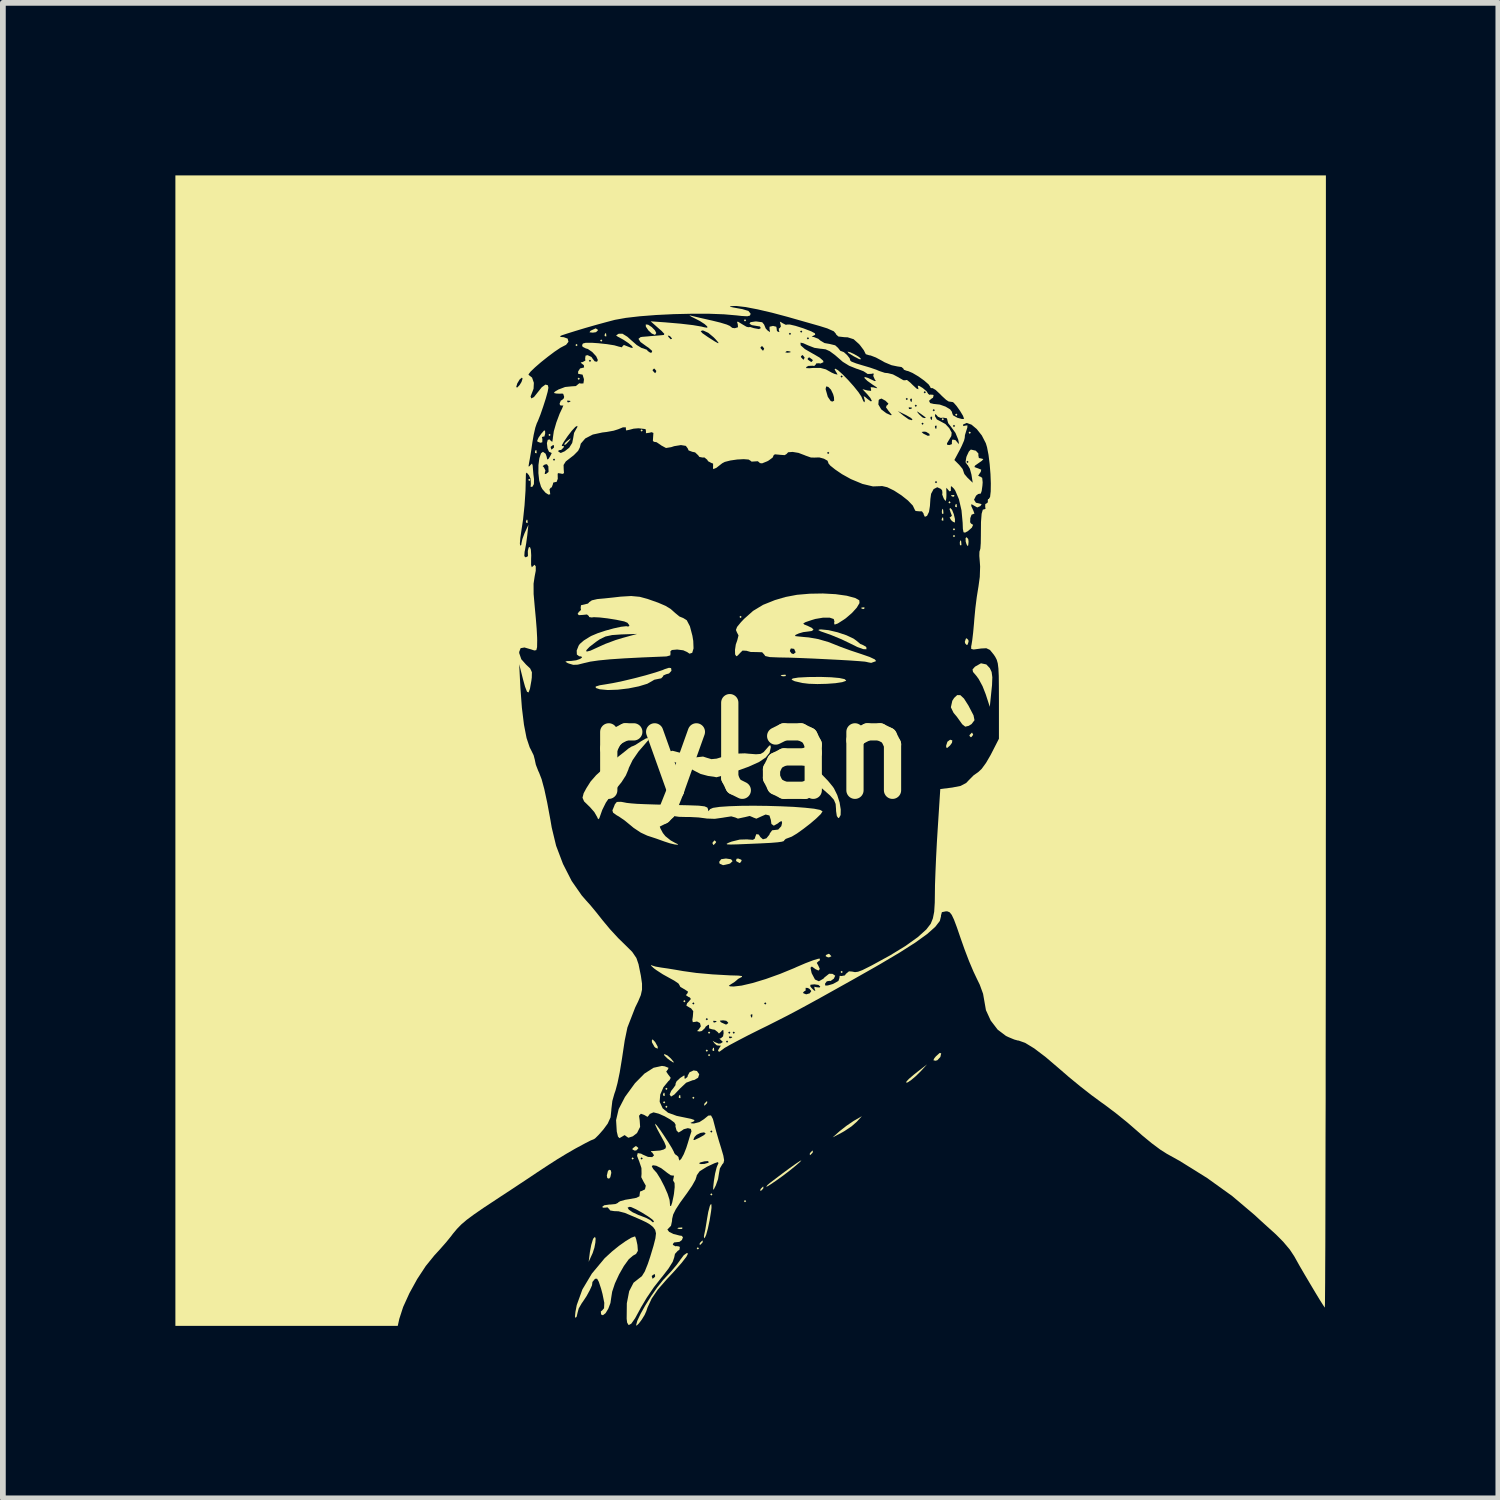
<source format=kicad_pcb>
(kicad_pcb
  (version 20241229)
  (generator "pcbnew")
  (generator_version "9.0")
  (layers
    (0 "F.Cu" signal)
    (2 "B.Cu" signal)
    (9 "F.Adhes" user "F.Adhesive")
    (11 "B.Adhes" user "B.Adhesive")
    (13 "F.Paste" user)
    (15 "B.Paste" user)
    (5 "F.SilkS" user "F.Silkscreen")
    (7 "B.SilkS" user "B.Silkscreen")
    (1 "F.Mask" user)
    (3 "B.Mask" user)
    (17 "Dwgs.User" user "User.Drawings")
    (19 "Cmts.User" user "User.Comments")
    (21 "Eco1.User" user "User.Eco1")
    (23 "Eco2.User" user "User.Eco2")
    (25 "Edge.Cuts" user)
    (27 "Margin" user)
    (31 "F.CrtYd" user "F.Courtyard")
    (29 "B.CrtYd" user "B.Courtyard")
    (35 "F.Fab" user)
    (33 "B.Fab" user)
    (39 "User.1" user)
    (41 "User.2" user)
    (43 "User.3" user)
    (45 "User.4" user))
  (footprint "rylan"
    (layer "F.Cu")
    (at 10.004 10.004)
    (property "Reference" "rylan" (at 0 0 0) (layer "F.SilkS") (effects (font (size 1.524 1.524) (thickness 0.3))))
    (attr board_only exclude_from_pos_files exclude_from_bom)
    (fp_poly (pts (xy -3.83 -4.709) (xy -3.849 -4.689) (xy -3.869 -4.709) (xy -3.849 -4.728)) (stroke (width 0) (type solid)) (fill yes) (layer "F.SilkS"))
    (fp_poly (pts (xy -3.478 -5.49) (xy -3.497 -5.471) (xy -3.517 -5.49) (xy -3.497 -5.51)) (stroke (width 0) (type solid)) (fill yes) (layer "F.SilkS"))
    (fp_poly (pts (xy -3.009 -7.053) (xy -3.028 -7.034) (xy -3.048 -7.053) (xy -3.028 -7.073)) (stroke (width 0) (type solid)) (fill yes) (layer "F.SilkS"))
    (fp_poly (pts (xy -2.97 -6.467) (xy -2.989 -6.448) (xy -3.009 -6.467) (xy -2.989 -6.487)) (stroke (width 0) (type solid)) (fill yes) (layer "F.SilkS"))
    (fp_poly (pts (xy -2.579 -7.132) (xy -2.599 -7.112) (xy -2.618 -7.132) (xy -2.599 -7.151)) (stroke (width 0) (type solid)) (fill yes) (layer "F.SilkS"))
    (fp_poly (pts (xy -2.032 7.092) (xy -2.052 7.112) (xy -2.071 7.092) (xy -2.052 7.073)) (stroke (width 0) (type solid)) (fill yes) (layer "F.SilkS"))
    (fp_poly (pts (xy -1.876 -5.568) (xy -1.895 -5.549) (xy -1.915 -5.568) (xy -1.895 -5.588)) (stroke (width 0) (type solid)) (fill yes) (layer "F.SilkS"))
    (fp_poly (pts (xy -1.485 6.116) (xy -1.504 6.135) (xy -1.524 6.116) (xy -1.504 6.096)) (stroke (width 0) (type solid)) (fill yes) (layer "F.SilkS"))
    (fp_poly (pts (xy -1.446 5.881) (xy -1.465 5.901) (xy -1.485 5.881) (xy -1.465 5.862)) (stroke (width 0) (type solid)) (fill yes) (layer "F.SilkS"))
    (fp_poly (pts (xy -1.446 6.194) (xy -1.465 6.213) (xy -1.485 6.194) (xy -1.465 6.174)) (stroke (width 0) (type solid)) (fill yes) (layer "F.SilkS"))
    (fp_poly (pts (xy -1.133 4.357) (xy -1.153 4.377) (xy -1.172 4.357) (xy -1.153 4.338)) (stroke (width 0) (type solid)) (fill yes) (layer "F.SilkS"))
    (fp_poly (pts (xy -0.977 6.037) (xy -0.996 6.057) (xy -1.016 6.037) (xy -0.996 6.018)) (stroke (width 0) (type solid)) (fill yes) (layer "F.SilkS"))
    (fp_poly (pts (xy -0.899 8.656) (xy -0.918 8.675) (xy -0.938 8.656) (xy -0.918 8.636)) (stroke (width 0) (type solid)) (fill yes) (layer "F.SilkS"))
    (fp_poly (pts (xy -0.742 5.217) (xy -0.762 5.236) (xy -0.782 5.217) (xy -0.762 5.197)) (stroke (width 0) (type solid)) (fill yes) (layer "F.SilkS"))
    (fp_poly (pts (xy -0.703 4.904) (xy -0.723 4.924) (xy -0.742 4.904) (xy -0.723 4.885)) (stroke (width 0) (type solid)) (fill yes) (layer "F.SilkS"))
    (fp_poly (pts (xy -0.703 5.295) (xy -0.723 5.314) (xy -0.742 5.295) (xy -0.723 5.275)) (stroke (width 0) (type solid)) (fill yes) (layer "F.SilkS"))
    (fp_poly (pts (xy -0.664 7.718) (xy -0.684 7.737) (xy -0.703 7.718) (xy -0.684 7.698)) (stroke (width 0) (type solid)) (fill yes) (layer "F.SilkS"))
    (fp_poly (pts (xy -0.156 -2.325) (xy -0.176 -2.306) (xy -0.195 -2.325) (xy -0.176 -2.345)) (stroke (width 0) (type solid)) (fill yes) (layer "F.SilkS"))
    (fp_poly (pts (xy -0.078 -7.483) (xy -0.098 -7.464) (xy -0.117 -7.483) (xy -0.098 -7.503)) (stroke (width 0) (type solid)) (fill yes) (layer "F.SilkS"))
    (fp_poly (pts (xy -0.078 7.835) (xy -0.098 7.854) (xy -0.117 7.835) (xy -0.098 7.815)) (stroke (width 0) (type solid)) (fill yes) (layer "F.SilkS"))
    (fp_poly (pts (xy 1.602 3.849) (xy 1.583 3.869) (xy 1.563 3.849) (xy 1.583 3.83)) (stroke (width 0) (type solid)) (fill yes) (layer "F.SilkS"))
    (fp_poly (pts (xy 3.361 -5.764) (xy 3.341 -5.744) (xy 3.322 -5.764) (xy 3.341 -5.783)) (stroke (width 0) (type solid)) (fill yes) (layer "F.SilkS"))
    (fp_poly (pts (xy 3.478 -4.318) (xy 3.458 -4.298) (xy 3.439 -4.318) (xy 3.458 -4.338)) (stroke (width 0) (type solid)) (fill yes) (layer "F.SilkS"))
    (fp_poly (pts (xy 3.556 -3.849) (xy 3.536 -3.83) (xy 3.517 -3.849) (xy 3.536 -3.869)) (stroke (width 0) (type solid)) (fill yes) (layer "F.SilkS"))
    (fp_poly (pts (xy 3.556 -3.732) (xy 3.536 -3.712) (xy 3.517 -3.732) (xy 3.536 -3.751)) (stroke (width 0) (type solid)) (fill yes) (layer "F.SilkS"))
    (fp_poly (pts (xy 3.595 -5.842) (xy 3.576 -5.822) (xy 3.556 -5.842) (xy 3.576 -5.862)) (stroke (width 0) (type solid)) (fill yes) (layer "F.SilkS"))
    (fp_poly (pts (xy 3.83 -5.529) (xy 3.81 -5.51) (xy 3.79 -5.529) (xy 3.81 -5.549)) (stroke (width 0) (type solid)) (fill yes) (layer "F.SilkS"))
    (fp_poly (pts (xy -3.882 -4.012) (xy -3.877 -3.966) (xy -3.882 -3.96) (xy -3.905 -3.965) (xy -3.908 -3.986) (xy -3.893 -4.018)) (stroke (width 0) (type solid)) (fill yes) (layer "F.SilkS"))
    (fp_poly (pts (xy -3.725 -5.223) (xy -3.721 -5.177) (xy -3.725 -5.171) (xy -3.749 -5.177) (xy -3.751 -5.197) (xy -3.737 -5.229)) (stroke (width 0) (type solid)) (fill yes) (layer "F.SilkS"))
    (fp_poly (pts (xy -2.514 -7.255) (xy -2.509 -7.209) (xy -2.514 -7.203) (xy -2.537 -7.209) (xy -2.54 -7.229) (xy -2.526 -7.261)) (stroke (width 0) (type solid)) (fill yes) (layer "F.SilkS"))
    (fp_poly (pts (xy -1.498 5.953) (xy -1.493 5.999) (xy -1.498 6.005) (xy -1.521 5.999) (xy -1.524 5.979) (xy -1.51 5.947)) (stroke (width 0) (type solid)) (fill yes) (layer "F.SilkS"))
    (fp_poly (pts (xy -1.224 5.992) (xy -1.22 6.038) (xy -1.224 6.044) (xy -1.248 6.039) (xy -1.25 6.018) (xy -1.236 5.986)) (stroke (width 0) (type solid)) (fill yes) (layer "F.SilkS"))
    (fp_poly (pts (xy -1.183 8.3) (xy -1.195 8.318) (xy -1.234 8.32) (xy -1.276 8.311) (xy -1.258 8.297) (xy -1.197 8.292)) (stroke (width 0) (type solid)) (fill yes) (layer "F.SilkS"))
    (fp_poly (pts (xy -0.638 5.171) (xy -0.634 5.218) (xy -0.638 5.223) (xy -0.661 5.218) (xy -0.664 5.197) (xy -0.65 5.165)) (stroke (width 0) (type solid)) (fill yes) (layer "F.SilkS"))
    (fp_poly (pts (xy 0.615 -1.313) (xy 0.603 -1.295) (xy 0.563 -1.293) (xy 0.522 -1.302) (xy 0.54 -1.316) (xy 0.601 -1.321)) (stroke (width 0) (type solid)) (fill yes) (layer "F.SilkS"))
    (fp_poly (pts (xy 1.98 -2.488) (xy 1.975 -2.465) (xy 1.954 -2.462) (xy 1.922 -2.476) (xy 1.928 -2.488) (xy 1.974 -2.493)) (stroke (width 0) (type solid)) (fill yes) (layer "F.SilkS"))
    (fp_poly (pts (xy 3.348 -4.051) (xy 3.352 -4.005) (xy 3.348 -3.999) (xy 3.324 -4.004) (xy 3.322 -4.025) (xy 3.336 -4.057)) (stroke (width 0) (type solid)) (fill yes) (layer "F.SilkS"))
    (fp_poly (pts (xy 3.348 -4.189) (xy 3.353 -4.127) (xy 3.345 -4.114) (xy 3.327 -4.125) (xy 3.325 -4.165) (xy 3.334 -4.207)) (stroke (width 0) (type solid)) (fill yes) (layer "F.SilkS"))
    (fp_poly (pts (xy 3.543 -4.442) (xy 3.538 -4.419) (xy 3.517 -4.416) (xy 3.485 -4.43) (xy 3.491 -4.442) (xy 3.537 -4.446)) (stroke (width 0) (type solid)) (fill yes) (layer "F.SilkS"))
    (fp_poly (pts (xy 3.582 -4.285) (xy 3.587 -4.239) (xy 3.582 -4.233) (xy 3.559 -4.239) (xy 3.556 -4.259) (xy 3.57 -4.292)) (stroke (width 0) (type solid)) (fill yes) (layer "F.SilkS"))
    (fp_poly (pts (xy 3.661 -3.641) (xy 3.666 -3.58) (xy 3.658 -3.567) (xy 3.64 -3.578) (xy 3.637 -3.618) (xy 3.647 -3.66)) (stroke (width 0) (type solid)) (fill yes) (layer "F.SilkS"))
    (fp_poly (pts (xy 1.37 3.538) (xy 1.405 3.576) (xy 1.366 3.594) (xy 1.346 3.595) (xy 1.306 3.576) (xy 1.309 3.555) (xy 1.356 3.533)) (stroke (width 0) (type solid)) (fill yes) (layer "F.SilkS"))
    (fp_poly (pts (xy -3.138 -5.411) (xy -3.16 -5.383) (xy -3.217 -5.322) (xy -3.243 -5.322) (xy -3.243 -5.329) (xy -3.217 -5.362) (xy -3.175 -5.398) (xy -3.129 -5.431)) (stroke (width 0) (type solid)) (fill yes) (layer "F.SilkS"))
    (fp_poly (pts (xy -2.658 -7.32) (xy -2.657 -7.307) (xy -2.69 -7.277) (xy -2.745 -7.269) (xy -2.802 -7.275) (xy -2.788 -7.298) (xy -2.774 -7.307) (xy -2.694 -7.344)) (stroke (width 0) (type solid)) (fill yes) (layer "F.SilkS"))
    (fp_poly (pts (xy -2.431 7.299) (xy -2.423 7.342) (xy -2.44 7.418) (xy -2.462 7.444) (xy -2.493 7.433) (xy -2.501 7.39) (xy -2.483 7.314) (xy -2.462 7.288)) (stroke (width 0) (type solid)) (fill yes) (layer "F.SilkS"))
    (fp_poly (pts (xy -1.955 6.907) (xy -1.954 6.917) (xy -1.986 6.951) (xy -2.015 6.956) (xy -2.055 6.937) (xy -2.052 6.917) (xy -2.002 6.879) (xy -1.991 6.878)) (stroke (width 0) (type solid)) (fill yes) (layer "F.SilkS"))
    (fp_poly (pts (xy -0.833 8.544) (xy -0.84 8.558) (xy -0.877 8.595) (xy -0.884 8.597) (xy -0.887 8.572) (xy -0.879 8.558) (xy -0.842 8.521) (xy -0.836 8.519)) (stroke (width 0) (type solid)) (fill yes) (layer "F.SilkS"))
    (fp_poly (pts (xy -0.755 6.121) (xy -0.762 6.135) (xy -0.799 6.172) (xy -0.806 6.174) (xy -0.808 6.149) (xy -0.801 6.135) (xy -0.764 6.098) (xy -0.757 6.096)) (stroke (width 0) (type solid)) (fill yes) (layer "F.SilkS"))
    (fp_poly (pts (xy -0.6 1.587) (xy -0.606 1.602) (xy -0.641 1.639) (xy -0.647 1.641) (xy -0.664 1.611) (xy -0.664 1.602) (xy -0.634 1.565) (xy -0.623 1.563)) (stroke (width 0) (type solid)) (fill yes) (layer "F.SilkS"))
    (fp_poly (pts (xy -0.164 1.896) (xy -0.156 1.915) (xy -0.184 1.953) (xy -0.193 1.954) (xy -0.246 1.925) (xy -0.254 1.915) (xy -0.245 1.881) (xy -0.217 1.876)) (stroke (width 0) (type solid)) (fill yes) (layer "F.SilkS"))
    (fp_poly (pts (xy 0.222 7.606) (xy 0.215 7.62) (xy 0.178 7.657) (xy 0.171 7.659) (xy 0.169 7.634) (xy 0.176 7.62) (xy 0.213 7.583) (xy 0.22 7.581)) (stroke (width 0) (type solid)) (fill yes) (layer "F.SilkS"))
    (fp_poly (pts (xy 1.082 6.981) (xy 1.075 6.995) (xy 1.038 7.032) (xy 1.031 7.034) (xy 1.028 7.009) (xy 1.036 6.995) (xy 1.072 6.957) (xy 1.079 6.956)) (stroke (width 0) (type solid)) (fill yes) (layer "F.SilkS"))
    (fp_poly (pts (xy 3.314 5.264) (xy 3.299 5.328) (xy 3.247 5.384) (xy 3.214 5.393) (xy 3.178 5.384) (xy 3.196 5.347) (xy 3.224 5.314) (xy 3.288 5.257)) (stroke (width 0) (type solid)) (fill yes) (layer "F.SilkS"))
    (fp_poly (pts (xy 3.507 -0.179) (xy 3.502 -0.137) (xy 3.466 -0.088) (xy 3.416 -0.045) (xy 3.401 -0.058) (xy 3.4 -0.087) (xy 3.422 -0.155) (xy 3.469 -0.19)) (stroke (width 0) (type solid)) (fill yes) (layer "F.SilkS"))
    (fp_poly (pts (xy 3.784 -3.68) (xy 3.79 -3.634) (xy 3.784 -3.571) (xy 3.775 -3.556) (xy 3.755 -3.588) (xy 3.74 -3.634) (xy 3.738 -3.696) (xy 3.755 -3.712)) (stroke (width 0) (type solid)) (fill yes) (layer "F.SilkS"))
    (fp_poly (pts (xy 3.787 -1.922) (xy 3.79 -1.895) (xy 3.773 -1.843) (xy 3.758 -1.837) (xy 3.729 -1.868) (xy 3.725 -1.895) (xy 3.743 -1.947) (xy 3.758 -1.954)) (stroke (width 0) (type solid)) (fill yes) (layer "F.SilkS"))
    (fp_poly (pts (xy 3.868 -0.282) (xy 3.869 -0.274) (xy 3.839 -0.236) (xy 3.827 -0.234) (xy 3.804 -0.258) (xy 3.81 -0.274) (xy 3.845 -0.311) (xy 3.851 -0.313)) (stroke (width 0) (type solid)) (fill yes) (layer "F.SilkS"))
    (fp_poly (pts (xy -1.782 -7.407) (xy -1.719 -7.365) (xy -1.663 -7.308) (xy -1.641 -7.262) (xy -1.663 -7.23) (xy -1.72 -7.254) (xy -1.778 -7.308) (xy -1.822 -7.373) (xy -1.824 -7.412)) (stroke (width 0) (type solid)) (fill yes) (layer "F.SilkS"))
    (fp_poly (pts (xy -1.662 5.066) (xy -1.657 5.074) (xy -1.616 5.148) (xy -1.616 5.183) (xy -1.656 5.166) (xy -1.673 5.15) (xy -1.715 5.075) (xy -1.719 5.044) (xy -1.706 5.02)) (stroke (width 0) (type solid)) (fill yes) (layer "F.SilkS"))
    (fp_poly (pts (xy -1.445 5.302) (xy -1.387 5.354) (xy -1.337 5.415) (xy -1.344 5.425) (xy -1.408 5.383) (xy -1.446 5.354) (xy -1.5 5.302) (xy -1.505 5.277) (xy -1.501 5.276)) (stroke (width 0) (type solid)) (fill yes) (layer "F.SilkS"))
    (fp_poly (pts (xy -0.341 1.889) (xy -0.314 1.922) (xy -0.355 1.961) (xy -0.374 1.969) (xy -0.48 1.992) (xy -0.539 1.966) (xy -0.547 1.934) (xy -0.512 1.888) (xy -0.43 1.876)) (stroke (width 0) (type solid)) (fill yes) (layer "F.SilkS"))
    (fp_poly (pts (xy 1.846 6.454) (xy 1.756 6.533) (xy 1.635 6.614) (xy 1.592 6.639) (xy 1.426 6.726) (xy 1.55 6.616) (xy 1.667 6.524) (xy 1.789 6.441) (xy 1.804 6.432) (xy 1.934 6.357)) (stroke (width 0) (type solid)) (fill yes) (layer "F.SilkS"))
    (fp_poly (pts (xy 2.95 5.584) (xy 2.872 5.661) (xy 2.795 5.726) (xy 2.734 5.768) (xy 2.704 5.775) (xy 2.712 5.751) (xy 2.755 5.706) (xy 2.839 5.634) (xy 2.902 5.584) (xy 3.068 5.456)) (stroke (width 0) (type solid)) (fill yes) (layer "F.SilkS"))
    (fp_poly (pts (xy -2.696 8.485) (xy -2.7 8.554) (xy -2.717 8.644) (xy -2.747 8.737) (xy -2.757 8.759) (xy -2.817 8.89) (xy -2.795 8.718) (xy -2.772 8.597) (xy -2.744 8.503) (xy -2.735 8.483) (xy -2.707 8.455)) (stroke (width 0) (type solid)) (fill yes) (layer "F.SilkS"))
    (fp_poly (pts (xy 1.731 -6.928) (xy 1.798 -6.897) (xy 1.877 -6.851) (xy 1.914 -6.82) (xy 1.915 -6.818) (xy 1.91 -6.803) (xy 1.883 -6.811) (xy 1.812 -6.848) (xy 1.788 -6.861) (xy 1.703 -6.914) (xy 1.684 -6.939)) (stroke (width 0) (type solid)) (fill yes) (layer "F.SilkS"))
    (fp_poly (pts (xy -3.575 -5.564) (xy -3.573 -5.516) (xy -3.587 -5.463) (xy -3.61 -5.461) (xy -3.63 -5.453) (xy -3.622 -5.419) (xy -3.623 -5.363) (xy -3.655 -5.354) (xy -3.706 -5.373) (xy -3.712 -5.388) (xy -3.69 -5.441) (xy -3.643 -5.509) (xy -3.593 -5.567)) (stroke (width 0) (type solid)) (fill yes) (layer "F.SilkS"))
    (fp_poly (pts (xy 3.503 -4.187) (xy 3.533 -4.112) (xy 3.553 -4.029) (xy 3.553 -3.972) (xy 3.55 -3.967) (xy 3.517 -3.981) (xy 3.486 -4.009) (xy 3.46 -4.055) (xy 3.478 -4.064) (xy 3.5 -4.085) (xy 3.478 -4.142) (xy 3.458 -4.204) (xy 3.473 -4.22)) (stroke (width 0) (type solid)) (fill yes) (layer "F.SilkS"))
    (fp_poly (pts (xy -0.681 7.952) (xy -0.688 8.011) (xy -0.713 8.166) (xy -0.743 8.309) (xy -0.773 8.418) (xy -0.798 8.475) (xy -0.805 8.48) (xy -0.813 8.449) (xy -0.806 8.411) (xy -0.789 8.333) (xy -0.769 8.213) (xy -0.759 8.148) (xy -0.737 8.022) (xy -0.711 7.923) (xy -0.699 7.894) (xy -0.682 7.888)) (stroke (width 0) (type solid)) (fill yes) (layer "F.SilkS"))
    (fp_poly (pts (xy 0.854 7.157) (xy 0.768 7.231) (xy 0.664 7.315) (xy 0.553 7.399) (xy 0.446 7.476) (xy 0.355 7.538) (xy 0.292 7.577) (xy 0.269 7.583) (xy 0.293 7.554) (xy 0.339 7.515) (xy 0.434 7.443) (xy 0.561 7.347) (xy 0.664 7.271) (xy 0.783 7.186) (xy 0.858 7.136) (xy 0.883 7.126)) (stroke (width 0) (type solid)) (fill yes) (layer "F.SilkS"))
    (fp_poly (pts (xy 3.647 -0.965) (xy 3.71 -0.906) (xy 3.787 -0.785) (xy 3.876 -0.614) (xy 3.893 -0.529) (xy 3.842 -0.462) (xy 3.792 -0.431) (xy 3.732 -0.417) (xy 3.679 -0.459) (xy 3.651 -0.499) (xy 3.585 -0.591) (xy 3.529 -0.657) (xy 3.482 -0.754) (xy 3.507 -0.867) (xy 3.539 -0.917) (xy 3.592 -0.966)) (stroke (width 0) (type solid)) (fill yes) (layer "F.SilkS"))
    (fp_poly (pts (xy 4.099 -1.499) (xy 4.16 -1.434) (xy 4.191 -1.367) (xy 4.203 -1.276) (xy 4.198 -1.14) (xy 4.189 -1.053) (xy 4.159 -0.762) (xy 4.088 -0.981) (xy 4.033 -1.121) (xy 3.966 -1.245) (xy 3.926 -1.3) (xy 3.867 -1.369) (xy 3.859 -1.412) (xy 3.899 -1.457) (xy 3.903 -1.461) (xy 4.006 -1.519)) (stroke (width 0) (type solid)) (fill yes) (layer "F.SilkS"))
    (fp_poly (pts (xy 1.4 -1.276) (xy 1.543 -1.263) (xy 1.633 -1.244) (xy 1.661 -1.22) (xy 1.656 -1.213) (xy 1.593 -1.191) (xy 1.475 -1.173) (xy 1.324 -1.162) (xy 1.161 -1.158) (xy 1.011 -1.163) (xy 0.902 -1.176) (xy 0.767 -1.207) (xy 0.711 -1.234) (xy 0.731 -1.255) (xy 0.829 -1.271) (xy 1.002 -1.28) (xy 1.008 -1.28) (xy 1.218 -1.282)) (stroke (width 0) (type solid)) (fill yes) (layer "F.SilkS"))
    (fp_poly (pts (xy 1.356 -2.095) (xy 1.512 -2.058) (xy 1.667 -2.006) (xy 1.79 -1.948) (xy 1.841 -1.911) (xy 1.908 -1.855) (xy 1.952 -1.837) (xy 2.004 -1.808) (xy 2.012 -1.798) (xy 2.014 -1.763) (xy 1.959 -1.765) (xy 1.856 -1.802) (xy 1.735 -1.862) (xy 1.579 -1.937) (xy 1.404 -2.009) (xy 1.329 -2.036) (xy 1.217 -2.075) (xy 1.176 -2.097) (xy 1.2 -2.107) (xy 1.225 -2.108)) (stroke (width 0) (type solid)) (fill yes) (layer "F.SilkS"))
    (fp_poly (pts (xy -1.088 8.745) (xy -1.118 8.802) (xy -1.2 8.908) (xy -1.333 9.059) (xy -1.458 9.193) (xy -1.614 9.372) (xy -1.721 9.529) (xy -1.793 9.684) (xy -1.815 9.75) (xy -1.845 9.816) (xy -1.893 9.894) (xy -1.943 9.961) (xy -1.981 9.998) (xy -1.992 9.993) (xy -1.971 9.915) (xy -1.913 9.792) (xy -1.829 9.643) (xy -1.729 9.484) (xy -1.623 9.333) (xy -1.523 9.207) (xy -1.489 9.171) (xy -1.379 9.052) (xy -1.286 8.942) (xy -1.228 8.863) (xy -1.222 8.853) (xy -1.163 8.775) (xy -1.112 8.738)) (stroke (width 0) (type solid)) (fill yes) (layer "F.SilkS"))
    (fp_poly (pts (xy -0.934 5.571) (xy -0.894 5.628) (xy -0.914 5.689) (xy -0.982 5.728) (xy -1.006 5.731) (xy -1.121 5.775) (xy -1.23 5.878) (xy -1.326 5.98) (xy -1.384 6.016) (xy -1.406 5.985) (xy -1.407 5.976) (xy -1.382 5.917) (xy -1.348 5.875) (xy -1.307 5.817) (xy -1.305 5.79) (xy -1.288 5.751) (xy -1.226 5.693) (xy -1.22 5.689) (xy -1.161 5.651) (xy -1.146 5.654) (xy -1.149 5.659) (xy -1.151 5.7) (xy -1.136 5.705) (xy -1.098 5.674) (xy -1.094 5.651) (xy -1.062 5.593) (xy -0.992 5.561)) (stroke (width 0) (type solid)) (fill yes) (layer "F.SilkS"))
    (fp_poly (pts (xy -1.383 -1.435) (xy -1.377 -1.388) (xy -1.419 -1.342) (xy -1.468 -1.329) (xy -1.518 -1.307) (xy -1.524 -1.29) (xy -1.556 -1.257) (xy -1.594 -1.25) (xy -1.675 -1.233) (xy -1.702 -1.217) (xy -1.797 -1.163) (xy -1.945 -1.118) (xy -2.124 -1.082) (xy -2.311 -1.06) (xy -2.485 -1.054) (xy -2.624 -1.067) (xy -2.692 -1.09) (xy -2.695 -1.115) (xy -2.623 -1.137) (xy -2.535 -1.151) (xy -2.399 -1.174) (xy -2.221 -1.211) (xy -2.024 -1.258) (xy -1.829 -1.309) (xy -1.658 -1.359) (xy -1.532 -1.401) (xy -1.495 -1.417) (xy -1.42 -1.441)) (stroke (width 0) (type solid)) (fill yes) (layer "F.SilkS"))
    (fp_poly (pts (xy 0.95 0.181) (xy 1.031 0.234) (xy 1.133 0.318) (xy 1.244 0.42) (xy 1.348 0.528) (xy 1.429 0.627) (xy 1.449 0.656) (xy 1.506 0.772) (xy 1.547 0.901) (xy 1.567 1.024) (xy 1.565 1.12) (xy 1.537 1.17) (xy 1.524 1.172) (xy 1.499 1.138) (xy 1.486 1.051) (xy 1.485 1.018) (xy 1.478 0.927) (xy 1.448 0.855) (xy 1.38 0.779) (xy 1.29 0.7) (xy 1.189 0.61) (xy 1.119 0.537) (xy 1.094 0.499) (xy 1.072 0.449) (xy 1.017 0.364) (xy 0.991 0.328) (xy 0.933 0.242) (xy 0.906 0.184) (xy 0.908 0.173)) (stroke (width 0) (type solid)) (fill yes) (layer "F.SilkS"))
    (fp_poly (pts (xy -1.78 -0.182) (xy -1.825 -0.129) (xy -1.949 0.014) (xy -2.053 0.165) (xy -2.118 0.3) (xy -2.127 0.33) (xy -2.17 0.431) (xy -2.245 0.548) (xy -2.279 0.59) (xy -2.422 0.765) (xy -2.518 0.905) (xy -2.58 1.03) (xy -2.602 1.092) (xy -2.632 1.177) (xy -2.652 1.193) (xy -2.671 1.15) (xy -2.672 1.149) (xy -2.718 1.069) (xy -2.797 0.979) (xy -2.814 0.963) (xy -2.896 0.883) (xy -2.924 0.819) (xy -2.904 0.741) (xy -2.856 0.652) (xy -2.783 0.537) (xy -2.688 0.428) (xy -2.556 0.307) (xy -2.382 0.166) (xy -2.267 0.077) (xy -2.173 0.003) (xy -2.122 -0.039) (xy -2.065 -0.074) (xy -2.049 -0.078) (xy -2.004 -0.099) (xy -1.925 -0.15) (xy -1.909 -0.161) (xy -1.819 -0.213) (xy -1.773 -0.219)) (stroke (width 0) (type solid)) (fill yes) (layer "F.SilkS"))
    (fp_poly (pts (xy 0.35 -0.054) (xy 0.329 0.037) (xy 0.263 0.119) (xy 0.144 0.199) (xy -0.036 0.28) (xy -0.284 0.369) (xy -0.424 0.414) (xy -0.533 0.447) (xy -0.591 0.462) (xy -0.596 0.463) (xy -0.637 0.454) (xy -0.725 0.442) (xy -0.741 0.44) (xy -0.871 0.405) (xy -0.984 0.347) (xy -1.087 0.29) (xy -1.223 0.233) (xy -1.287 0.212) (xy -1.435 0.157) (xy -1.508 0.105) (xy -1.504 0.055) (xy -1.48 0.035) (xy -1.36 0.002) (xy -1.226 0.037) (xy -1.161 0.078) (xy -1.072 0.131) (xy -0.988 0.128) (xy -0.96 0.118) (xy -0.828 0.103) (xy -0.76 0.125) (xy -0.682 0.148) (xy -0.591 0.139) (xy -0.464 0.1) (xy -0.285 0.053) (xy -0.1 0.047) (xy -0.038 0.053) (xy 0.093 0.063) (xy 0.173 0.057) (xy 0.226 0.026) (xy 0.271 -0.026) (xy 0.325 -0.088) (xy 0.347 -0.09)) (stroke (width 0) (type solid)) (fill yes) (layer "F.SilkS"))
    (fp_poly (pts (xy -2.007 8.452) (xy -1.99 8.499) (xy -1.97 8.591) (xy -1.968 8.604) (xy -1.961 8.699) (xy -1.993 8.753) (xy -2.047 8.783) (xy -2.12 8.846) (xy -2.204 8.962) (xy -2.288 9.109) (xy -2.36 9.265) (xy -2.408 9.409) (xy -2.423 9.504) (xy -2.438 9.606) (xy -2.475 9.704) (xy -2.522 9.782) (xy -2.569 9.819) (xy -2.601 9.805) (xy -2.605 9.752) (xy -2.586 9.739) (xy -2.549 9.697) (xy -2.545 9.603) (xy -2.576 9.449) (xy -2.601 9.356) (xy -2.64 9.238) (xy -2.67 9.184) (xy -2.702 9.184) (xy -2.714 9.194) (xy -2.752 9.241) (xy -2.753 9.256) (xy -2.759 9.299) (xy -2.797 9.383) (xy -2.854 9.487) (xy -2.919 9.585) (xy -2.936 9.608) (xy -2.989 9.699) (xy -3.009 9.772) (xy -3.026 9.844) (xy -3.045 9.865) (xy -3.055 9.842) (xy -3.047 9.761) (xy -3.024 9.642) (xy -2.926 9.37) (xy -2.761 9.094) (xy -2.541 8.83) (xy -2.521 8.811) (xy -2.412 8.711) (xy -2.291 8.613) (xy -2.174 8.53) (xy -2.077 8.471) (xy -2.017 8.449)) (stroke (width 0) (type solid)) (fill yes) (layer "F.SilkS"))
    (fp_poly (pts (xy 1.478 -2.721) (xy 1.671 -2.694) (xy 1.819 -2.654) (xy 1.89 -2.614) (xy 1.893 -2.566) (xy 1.846 -2.487) (xy 1.762 -2.394) (xy 1.655 -2.302) (xy 1.622 -2.279) (xy 1.515 -2.211) (xy 1.46 -2.192) (xy 1.451 -2.221) (xy 1.458 -2.243) (xy 1.445 -2.289) (xy 1.374 -2.313) (xy 1.262 -2.313) (xy 1.125 -2.29) (xy 1.062 -2.271) (xy 0.955 -2.235) (xy 0.915 -2.212) (xy 0.933 -2.193) (xy 0.987 -2.172) (xy 1.064 -2.135) (xy 1.094 -2.103) (xy 1.06 -2.08) (xy 0.987 -2.07) (xy 0.915 -2.061) (xy 0.839 -2.039) (xy 0.783 -2.014) (xy 0.771 -1.995) (xy 0.782 -1.991) (xy 0.828 -1.986) (xy 0.928 -1.976) (xy 1.01 -1.969) (xy 1.175 -1.94) (xy 1.351 -1.889) (xy 1.421 -1.862) (xy 1.561 -1.806) (xy 1.739 -1.741) (xy 1.917 -1.682) (xy 1.923 -1.68) (xy 2.07 -1.629) (xy 2.159 -1.587) (xy 2.181 -1.559) (xy 2.177 -1.555) (xy 2.096 -1.526) (xy 2.032 -1.538) (xy 2.029 -1.54) (xy 1.986 -1.548) (xy 1.879 -1.557) (xy 1.723 -1.568) (xy 1.531 -1.579) (xy 1.317 -1.59) (xy 1.095 -1.601) (xy 0.881 -1.61) (xy 0.687 -1.617) (xy 0.528 -1.62) (xy 0.479 -1.621) (xy 0.333 -1.627) (xy 0.255 -1.645) (xy 0.234 -1.674) (xy 0.2 -1.711) (xy 0.107 -1.714) (xy 0.001 -1.716) (xy -0.057 -1.732) (xy 0.681 -1.732) (xy 0.712 -1.69) (xy 0.745 -1.68) (xy 0.781 -1.707) (xy 0.782 -1.713) (xy 0.756 -1.77) (xy 0.703 -1.777) (xy 0.697 -1.774) (xy 0.681 -1.732) (xy -0.057 -1.732) (xy -0.074 -1.737) (xy -0.075 -1.737) (xy -0.141 -1.74) (xy -0.176 -1.706) (xy -0.226 -1.653) (xy -0.249 -1.641) (xy -0.27 -1.674) (xy -0.272 -1.752) (xy -0.258 -1.846) (xy -0.232 -1.92) (xy -0.211 -2.004) (xy -0.238 -2.056) (xy -0.256 -2.098) (xy -0.236 -2.151) (xy -0.169 -2.233) (xy -0.114 -2.291) (xy 0.042 -2.43) (xy 0.215 -2.535) (xy 0.427 -2.62) (xy 0.611 -2.673) (xy 0.806 -2.71) (xy 1.027 -2.729) (xy 1.257 -2.733)) (stroke (width 0) (type solid)) (fill yes) (layer "F.SilkS"))
    (fp_poly (pts (xy -1.928 -2.675) (xy -1.792 -2.638) (xy -1.608 -2.573) (xy -1.48 -2.518) (xy -1.39 -2.463) (xy -1.317 -2.398) (xy -1.314 -2.395) (xy -1.237 -2.332) (xy -1.172 -2.306) (xy -1.111 -2.268) (xy -1.056 -2.162) (xy -1.013 -1.999) (xy -0.998 -1.908) (xy -0.993 -1.778) (xy -1.016 -1.701) (xy -1.063 -1.686) (xy -1.105 -1.715) (xy -1.172 -1.745) (xy -1.275 -1.758) (xy -1.282 -1.758) (xy -1.371 -1.75) (xy -1.398 -1.721) (xy -1.393 -1.7) (xy -1.397 -1.657) (xy -1.46 -1.639) (xy -1.496 -1.637) (xy -1.881 -1.621) (xy -2.195 -1.605) (xy -2.446 -1.588) (xy -2.641 -1.569) (xy -2.788 -1.548) (xy -2.891 -1.524) (xy -3.007 -1.495) (xy -3.085 -1.492) (xy -3.162 -1.515) (xy -3.185 -1.524) (xy -3.222 -1.546) (xy -3.195 -1.557) (xy -3.119 -1.56) (xy -3.035 -1.571) (xy -2.967 -1.594) (xy -2.931 -1.62) (xy -2.945 -1.638) (xy -2.981 -1.641) (xy -3.022 -1.671) (xy -3.025 -1.741) (xy -3.023 -1.745) (xy -2.859 -1.745) (xy -2.853 -1.722) (xy -2.785 -1.739) (xy -2.685 -1.785) (xy -2.531 -1.855) (xy -2.349 -1.923) (xy -2.227 -1.96) (xy -1.973 -2.03) (xy -2.248 -2.021) (xy -2.409 -2.01) (xy -2.524 -1.985) (xy -2.623 -1.937) (xy -2.686 -1.894) (xy -2.803 -1.804) (xy -2.859 -1.745) (xy -3.023 -1.745) (xy -2.991 -1.826) (xy -2.97 -1.856) (xy -2.902 -1.915) (xy -2.798 -1.98) (xy -2.769 -1.996) (xy -2.66 -2.042) (xy -2.524 -2.087) (xy -2.382 -2.126) (xy -2.254 -2.154) (xy -2.163 -2.164) (xy -2.132 -2.158) (xy -2.112 -2.166) (xy -2.11 -2.181) (xy -2.143 -2.224) (xy -2.198 -2.247) (xy -2.337 -2.276) (xy -2.487 -2.3) (xy -2.625 -2.316) (xy -2.728 -2.321) (xy -2.763 -2.316) (xy -2.808 -2.323) (xy -2.814 -2.341) (xy -2.846 -2.368) (xy -2.911 -2.361) (xy -2.988 -2.356) (xy -3.009 -2.379) (xy -2.982 -2.421) (xy -2.971 -2.423) (xy -2.95 -2.451) (xy -2.956 -2.481) (xy -2.95 -2.529) (xy -2.899 -2.54) (xy -2.828 -2.558) (xy -2.806 -2.583) (xy -2.761 -2.614) (xy -2.67 -2.635) (xy -2.656 -2.637) (xy -2.544 -2.647) (xy -2.392 -2.663) (xy -2.261 -2.678) (xy -2.078 -2.689)) (stroke (width 0) (type solid)) (fill yes) (layer "F.SilkS"))
    (fp_poly (pts (xy -2.209 0.898) (xy -2.154 0.909) (xy -2.08 0.917) (xy -1.979 0.925) (xy -1.84 0.931) (xy -1.654 0.937) (xy -1.411 0.943) (xy -1.1 0.95) (xy -1.065 0.951) (xy -0.901 0.957) (xy -0.801 0.969) (xy -0.753 0.99) (xy -0.742 1.016) (xy -0.736 1.054) (xy -0.709 1.023) (xy -0.705 1.017) (xy -0.654 0.995) (xy -0.539 0.978) (xy -0.375 0.967) (xy -0.174 0.96) (xy 0.052 0.958) (xy 0.29 0.961) (xy 0.527 0.968) (xy 0.75 0.978) (xy 0.946 0.993) (xy 1.104 1.01) (xy 1.209 1.031) (xy 1.25 1.055) (xy 1.25 1.056) (xy 1.221 1.102) (xy 1.144 1.177) (xy 1.038 1.268) (xy 0.919 1.36) (xy 0.806 1.441) (xy 0.716 1.495) (xy 0.682 1.508) (xy 0.61 1.535) (xy 0.586 1.558) (xy 0.577 1.573) (xy 0.541 1.584) (xy 0.469 1.594) (xy 0.349 1.604) (xy 0.171 1.613) (xy -0.039 1.622) (xy -0.23 1.63) (xy -0.351 1.633) (xy -0.41 1.63) (xy -0.418 1.62) (xy -0.381 1.601) (xy -0.332 1.582) (xy -0.19 1.547) (xy -0.057 1.543) (xy -0.049 1.545) (xy 0.041 1.551) (xy 0.076 1.526) (xy 0.078 1.506) (xy 0.099 1.452) (xy 0.141 1.459) (xy 0.17 1.504) (xy 0.214 1.542) (xy 0.274 1.525) (xy 0.326 1.462) (xy 0.334 1.439) (xy 0.374 1.385) (xy 0.409 1.381) (xy 0.479 1.373) (xy 0.533 1.314) (xy 0.547 1.256) (xy 0.537 1.223) (xy 0.497 1.245) (xy 0.476 1.264) (xy 0.403 1.305) (xy 0.361 1.275) (xy 0.352 1.207) (xy 0.327 1.128) (xy 0.261 1.111) (xy 0.179 1.147) (xy 0.1 1.183) (xy 0.046 1.163) (xy 0.044 1.161) (xy -0.016 1.136) (xy -0.112 1.159) (xy -0.115 1.159) (xy -0.221 1.182) (xy -0.268 1.162) (xy -0.337 1.143) (xy -0.468 1.163) (xy -0.476 1.165) (xy -0.624 1.186) (xy -0.764 1.181) (xy -0.782 1.178) (xy -0.904 1.162) (xy -1.056 1.154) (xy -1.125 1.154) (xy -1.245 1.151) (xy -1.329 1.139) (xy -1.352 1.127) (xy -1.406 1.094) (xy -1.466 1.12) (xy -1.497 1.176) (xy -1.532 1.233) (xy -1.566 1.229) (xy -1.596 1.23) (xy -1.595 1.278) (xy -1.569 1.353) (xy -1.526 1.433) (xy -1.482 1.488) (xy -1.391 1.561) (xy -1.317 1.602) (xy -1.263 1.628) (xy -1.27 1.637) (xy -1.322 1.631) (xy -1.403 1.612) (xy -1.498 1.581) (xy -1.504 1.579) (xy -1.643 1.529) (xy -1.78 1.484) (xy -1.798 1.478) (xy -1.91 1.426) (xy -2.035 1.343) (xy -2.083 1.303) (xy -2.19 1.215) (xy -2.292 1.145) (xy -2.328 1.125) (xy -2.392 1.079) (xy -2.404 1.039) (xy -2.373 0.965) (xy -2.361 0.933) (xy -2.327 0.892) (xy -2.254 0.89)) (stroke (width 0) (type solid)) (fill yes) (layer "F.SilkS"))
    (fp_poly (pts (xy -1.493 5.49) (xy -1.428 5.516) (xy -1.439 5.545) (xy -1.441 5.546) (xy -1.468 5.582) (xy -1.432 5.635) (xy -1.43 5.637) (xy -1.39 5.69) (xy -1.411 5.731) (xy -1.43 5.747) (xy -1.516 5.852) (xy -1.572 5.981) (xy -1.582 6.1) (xy -1.58 6.112) (xy -1.53 6.22) (xy -1.436 6.297) (xy -1.285 6.352) (xy -1.168 6.376) (xy -1.038 6.403) (xy -0.978 6.424) (xy -0.982 6.444) (xy -0.997 6.451) (xy -1.048 6.474) (xy -1.027 6.482) (xy -0.985 6.484) (xy -0.891 6.46) (xy -0.812 6.409) (xy -0.736 6.347) (xy -0.689 6.344) (xy -0.656 6.406) (xy -0.632 6.497) (xy -0.598 6.627) (xy -0.551 6.789) (xy -0.515 6.905) (xy -0.475 7.041) (xy -0.461 7.123) (xy -0.472 7.171) (xy -0.492 7.193) (xy -0.535 7.265) (xy -0.549 7.341) (xy -0.567 7.452) (xy -0.606 7.561) (xy -0.639 7.626) (xy -0.652 7.636) (xy -0.65 7.582) (xy -0.639 7.483) (xy -0.618 7.355) (xy -0.592 7.251) (xy -0.58 7.219) (xy -0.559 7.172) (xy -0.571 7.156) (xy -0.626 7.174) (xy -0.738 7.226) (xy -0.761 7.237) (xy -0.886 7.314) (xy -0.937 7.385) (xy -0.938 7.396) (xy -0.96 7.463) (xy -1.019 7.568) (xy -1.102 7.689) (xy -1.104 7.692) (xy -1.224 7.857) (xy -1.302 7.977) (xy -1.347 8.067) (xy -1.365 8.142) (xy -1.368 8.183) (xy -1.385 8.263) (xy -1.417 8.296) (xy -1.448 8.328) (xy -1.418 8.368) (xy -1.342 8.406) (xy -1.235 8.433) (xy -1.198 8.438) (xy -1.177 8.464) (xy -1.195 8.51) (xy -1.237 8.542) (xy -1.244 8.543) (xy -1.323 8.552) (xy -1.331 8.553) (xy -1.354 8.582) (xy -1.348 8.598) (xy -1.303 8.621) (xy -1.29 8.616) (xy -1.242 8.623) (xy -1.231 8.636) (xy -1.239 8.681) (xy -1.268 8.699) (xy -1.316 8.752) (xy -1.329 8.813) (xy -1.355 8.889) (xy -1.427 9.005) (xy -1.535 9.145) (xy -1.553 9.166) (xy -1.681 9.329) (xy -1.808 9.516) (xy -1.91 9.688) (xy -1.918 9.704) (xy -2.009 9.871) (xy -2.076 9.966) (xy -2.122 9.99) (xy -2.148 9.946) (xy -2.156 9.88) (xy -2.153 9.61) (xy -2.112 9.4) (xy -2.036 9.253) (xy -1.945 9.181) (xy -1.897 9.144) (xy -1.719 9.144) (xy -1.706 9.182) (xy -1.702 9.183) (xy -1.669 9.156) (xy -1.661 9.144) (xy -1.664 9.108) (xy -1.678 9.105) (xy -1.718 9.133) (xy -1.719 9.144) (xy -1.897 9.144) (xy -1.891 9.139) (xy -1.841 9.058) (xy -1.787 8.923) (xy -1.746 8.8) (xy -1.689 8.611) (xy -1.656 8.481) (xy -1.646 8.394) (xy -1.66 8.335) (xy -1.694 8.288) (xy -1.711 8.272) (xy -1.753 8.239) (xy -1.812 8.204) (xy -1.902 8.161) (xy -2.038 8.102) (xy -2.188 8.039) (xy -2.297 8.011) (xy -2.374 8.008) (xy -2.442 7.997) (xy -2.462 7.97) (xy -2.485 7.947) (xy -2.14 7.947) (xy -2.118 7.983) (xy -2.051 8.029) (xy -1.952 8.075) (xy -1.913 8.089) (xy -1.811 8.129) (xy -1.744 8.165) (xy -1.735 8.174) (xy -1.698 8.205) (xy -1.68 8.186) (xy -1.711 8.152) (xy -1.789 8.096) (xy -1.891 8.033) (xy -1.994 7.976) (xy -2.075 7.939) (xy -2.103 7.933) (xy -2.14 7.947) (xy -2.485 7.947) (xy -2.49 7.942) (xy -2.52 7.947) (xy -2.571 7.948) (xy -2.579 7.931) (xy -2.545 7.906) (xy -2.46 7.894) (xy -2.442 7.894) (xy -2.352 7.885) (xy -2.307 7.864) (xy -2.306 7.859) (xy -2.27 7.836) (xy -2.181 7.811) (xy -2.107 7.799) (xy -1.987 7.777) (xy -1.933 7.75) (xy -1.93 7.716) (xy -1.923 7.667) (xy -1.898 7.659) (xy -1.838 7.63) (xy -1.823 7.566) (xy -1.86 7.5) (xy -1.861 7.499) (xy -1.902 7.418) (xy -1.897 7.359) (xy -1.899 7.259) (xy -1.908 7.231) (xy -1.719 7.231) (xy -1.691 7.28) (xy -1.684 7.286) (xy -1.633 7.343) (xy -1.567 7.449) (xy -1.5 7.579) (xy -1.444 7.707) (xy -1.411 7.81) (xy -1.407 7.841) (xy -1.401 7.916) (xy -1.385 7.92) (xy -1.364 7.859) (xy -1.339 7.739) (xy -1.333 7.703) (xy -1.321 7.591) (xy -1.323 7.518) (xy -1.333 7.503) (xy -1.349 7.473) (xy -1.341 7.434) (xy -1.332 7.39) (xy -1.344 7.391) (xy -1.389 7.385) (xy -1.459 7.336) (xy -1.469 7.327) (xy -1.556 7.261) (xy -1.641 7.219) (xy -1.702 7.21) (xy -1.719 7.231) (xy -1.908 7.231) (xy -1.927 7.175) (xy -0.899 7.175) (xy -0.868 7.19) (xy -0.803 7.187) (xy -0.742 7.169) (xy -0.726 7.157) (xy -0.742 7.138) (xy -0.802 7.142) (xy -0.875 7.161) (xy -0.899 7.175) (xy -1.927 7.175) (xy -1.936 7.147) (xy -1.936 7.147) (xy -1.958 7.092) (xy -1.915 7.092) (xy -1.895 7.112) (xy -1.876 7.092) (xy -1.895 7.073) (xy -1.915 7.092) (xy -1.958 7.092) (xy -1.975 7.046) (xy -1.964 6.999) (xy -1.904 7.009) (xy -1.874 7.026) (xy -1.785 7.065) (xy -1.712 7.069) (xy -1.68 7.038) (xy -1.68 7.037) (xy -1.711 6.99) (xy -1.729 6.979) (xy -1.734 6.965) (xy -1.68 6.962) (xy -1.575 6.954) (xy -1.513 6.937) (xy -1.478 6.915) (xy -1.473 6.878) (xy -1.501 6.809) (xy -1.562 6.697) (xy -1.621 6.588) (xy -1.657 6.512) (xy -1.662 6.487) (xy -1.632 6.517) (xy -1.574 6.595) (xy -1.503 6.7) (xy -1.43 6.813) (xy -1.369 6.913) (xy -1.333 6.982) (xy -1.329 6.998) (xy -1.299 7.033) (xy -1.29 7.034) (xy -1.256 7.066) (xy -1.249 7.102) (xy -1.236 7.129) (xy -1.205 7.096) (xy -1.163 7.019) (xy -1.12 6.911) (xy -1.093 6.826) (xy -1.075 6.766) (xy -0.997 6.766) (xy -0.978 6.772) (xy -0.905 6.738) (xy -0.898 6.735) (xy -0.819 6.691) (xy -0.782 6.661) (xy -0.782 6.66) (xy -0.809 6.638) (xy -0.872 6.648) (xy -0.939 6.681) (xy -0.975 6.718) (xy -0.997 6.766) (xy -1.075 6.766) (xy -1.06 6.715) (xy -1.033 6.632) (xy -1.03 6.624) (xy -0.703 6.624) (xy -0.684 6.643) (xy -0.664 6.624) (xy -0.684 6.604) (xy -0.703 6.624) (xy -1.03 6.624) (xy -1.029 6.621) (xy -1.039 6.578) (xy -1.092 6.565) (xy -1.163 6.584) (xy -1.205 6.613) (xy -1.253 6.641) (xy -1.288 6.607) (xy -1.308 6.534) (xy -1.304 6.508) (xy -1.326 6.468) (xy -1.398 6.414) (xy -1.497 6.358) (xy -1.6 6.313) (xy -1.683 6.292) (xy -1.691 6.291) (xy -1.754 6.318) (xy -1.768 6.34) (xy -1.794 6.369) (xy -1.846 6.338) (xy -1.909 6.314) (xy -1.941 6.35) (xy -1.93 6.425) (xy -1.922 6.543) (xy -1.976 6.651) (xy -2.049 6.707) (xy -2.126 6.732) (xy -2.16 6.71) (xy -2.161 6.707) (xy -2.192 6.686) (xy -2.238 6.714) (xy -2.281 6.739) (xy -2.307 6.712) (xy -2.328 6.624) (xy -2.34 6.426) (xy -2.295 6.234) (xy -2.187 6.026) (xy -2.177 6.011) (xy -2.011 5.783) (xy -1.846 5.616) (xy -1.688 5.515) (xy -1.543 5.483)) (stroke (width 0) (type solid)) (fill yes) (layer "F.SilkS"))
    (fp_poly (pts (xy 10.004 -0.15) (xy 10.004 0.722) (xy 10.003 1.573) (xy 10.003 2.4) (xy 10.003 3.199) (xy 10.002 3.968) (xy 10.001 4.703) (xy 10 5.401) (xy 10 6.058) (xy 9.998 6.671) (xy 9.997 7.237) (xy 9.996 7.753) (xy 9.995 8.216) (xy 9.994 8.621) (xy 9.992 8.966) (xy 9.991 9.248) (xy 9.989 9.462) (xy 9.988 9.607) (xy 9.986 9.678) (xy 9.985 9.686) (xy 9.955 9.642) (xy 9.895 9.547) (xy 9.815 9.415) (xy 9.724 9.262) (xy 9.631 9.105) (xy 9.546 8.959) (xy 9.479 8.839) (xy 9.452 8.791) (xy 9.375 8.675) (xy 9.261 8.54) (xy 9.133 8.411) (xy 9.124 8.403) (xy 8.991 8.283) (xy 8.86 8.164) (xy 8.759 8.071) (xy 8.753 8.066) (xy 8.375 7.746) (xy 7.938 7.432) (xy 7.463 7.136) (xy 7.241 7.013) (xy 7.123 6.938) (xy 6.973 6.826) (xy 6.815 6.696) (xy 6.733 6.624) (xy 6.557 6.471) (xy 6.353 6.306) (xy 6.157 6.158) (xy 6.096 6.115) (xy 5.93 5.993) (xy 5.733 5.839) (xy 5.532 5.674) (xy 5.375 5.538) (xy 5.134 5.332) (xy 4.933 5.179) (xy 4.774 5.082) (xy 4.661 5.042) (xy 4.646 5.041) (xy 4.585 5.024) (xy 4.486 4.983) (xy 4.44 4.961) (xy 4.296 4.852) (xy 4.175 4.694) (xy 4.092 4.513) (xy 4.064 4.353) (xy 4.042 4.228) (xy 3.984 4.069) (xy 3.938 3.975) (xy 3.875 3.842) (xy 3.798 3.66) (xy 3.719 3.453) (xy 3.653 3.266) (xy 3.586 3.071) (xy 3.536 2.938) (xy 3.497 2.856) (xy 3.462 2.812) (xy 3.425 2.796) (xy 3.398 2.794) (xy 3.326 2.809) (xy 3.31 2.867) (xy 3.311 2.879) (xy 3.29 2.962) (xy 3.21 3.065) (xy 3.07 3.189) (xy 2.865 3.337) (xy 2.594 3.51) (xy 2.255 3.711) (xy 2.149 3.772) (xy 1.789 3.976) (xy 1.485 4.146) (xy 1.229 4.289) (xy 1.009 4.41) (xy 0.815 4.515) (xy 0.637 4.609) (xy 0.464 4.697) (xy 0.286 4.787) (xy 0.169 4.844) (xy -0.035 4.946) (xy -0.214 5.039) (xy -0.358 5.116) (xy -0.453 5.17) (xy -0.487 5.196) (xy -0.541 5.235) (xy -0.554 5.236) (xy -0.568 5.213) (xy -0.542 5.17) (xy -0.517 5.129) (xy -0.533 5.131) (xy -0.588 5.125) (xy -0.629 5.089) (xy -0.66 5.045) (xy -0.642 5.055) (xy -0.628 5.067) (xy -0.555 5.096) (xy -0.519 5.091) (xy -0.483 5.066) (xy -0.489 5.06) (xy -0.43 5.06) (xy -0.41 5.08) (xy -0.391 5.06) (xy -0.41 5.041) (xy -0.43 5.06) (xy -0.489 5.06) (xy -0.514 5.036) (xy -0.544 5.008) (xy -0.518 5.002) (xy -0.488 4.976) (xy -0.378 4.976) (xy -0.372 4.999) (xy -0.352 5.002) (xy -0.32 4.988) (xy -0.326 4.976) (xy -0.372 4.971) (xy -0.378 4.976) (xy -0.488 4.976) (xy -0.48 4.969) (xy -0.47 4.914) (xy -0.471 4.904) (xy -0.391 4.904) (xy -0.371 4.924) (xy -0.352 4.904) (xy -0.313 4.904) (xy -0.293 4.924) (xy -0.274 4.904) (xy -0.293 4.885) (xy -0.313 4.904) (xy -0.352 4.904) (xy -0.371 4.885) (xy -0.391 4.904) (xy -0.471 4.904) (xy -0.476 4.856) (xy -0.5 4.869) (xy -0.512 4.885) (xy -0.551 4.92) (xy -0.573 4.894) (xy -0.624 4.854) (xy -0.67 4.846) (xy -0.722 4.83) (xy -0.723 4.806) (xy -0.724 4.77) (xy -0.736 4.767) (xy -0.781 4.799) (xy -0.796 4.826) (xy -0.849 4.876) (xy -0.888 4.884) (xy -0.932 4.877) (xy -0.904 4.849) (xy -0.903 4.849) (xy -0.866 4.794) (xy -0.881 4.737) (xy -0.933 4.71) (xy -0.962 4.716) (xy -1.006 4.722) (xy -1.01 4.702) (xy -0.651 4.702) (xy -0.646 4.725) (xy -0.625 4.728) (xy -0.593 4.714) (xy -0.599 4.702) (xy -0.646 4.698) (xy -0.651 4.702) (xy -1.01 4.702) (xy -1.011 4.696) (xy -0.536 4.696) (xy -0.522 4.719) (xy -0.508 4.728) (xy -0.427 4.765) (xy -0.392 4.741) (xy -0.391 4.728) (xy -0.424 4.698) (xy -0.479 4.69) (xy -0.536 4.696) (xy -1.011 4.696) (xy -1.014 4.681) (xy -1.012 4.67) (xy -0.782 4.67) (xy -0.762 4.689) (xy -0.742 4.67) (xy -0.762 4.65) (xy -0.782 4.67) (xy -1.012 4.67) (xy -1.005 4.623) (xy -1.004 4.611) (xy 0 4.611) (xy 0.014 4.643) (xy 0.026 4.637) (xy 0.031 4.591) (xy 0.026 4.585) (xy 0.003 4.59) (xy 0 4.611) (xy -1.004 4.611) (xy -0.998 4.531) (xy -1.036 4.481) (xy -1.062 4.468) (xy -1.118 4.434) (xy -1.106 4.396) (xy -1.016 4.396) (xy -0.996 4.416) (xy -0.977 4.396) (xy 0.234 4.396) (xy 0.254 4.416) (xy 0.274 4.396) (xy 0.254 4.377) (xy 0.234 4.396) (xy -0.977 4.396) (xy -0.996 4.377) (xy -1.016 4.396) (xy -1.106 4.396) (xy -1.106 4.395) (xy -1.081 4.369) (xy -1.039 4.319) (xy -1.058 4.292) (xy -1.084 4.281) (xy -1.126 4.252) (xy -1.102 4.225) (xy -1.093 4.205) (xy 0.912 4.205) (xy 0.917 4.219) (xy 0.965 4.238) (xy 1.027 4.221) (xy 1.055 4.181) (xy 1.024 4.143) (xy 0.994 4.127) (xy 0.954 4.125) (xy 0.958 4.143) (xy 0.953 4.178) (xy 0.938 4.181) (xy 0.912 4.205) (xy -1.093 4.205) (xy -1.088 4.192) (xy -1.147 4.152) (xy -1.157 4.147) (xy -1.223 4.108) (xy -1.238 4.078) (xy -1.238 4.077) (xy -1.256 4.049) (xy -1.328 4) (xy -1.399 3.961) (xy -1.527 3.89) (xy -1.641 3.816) (xy -1.68 3.787) (xy -1.732 3.74) (xy -1.734 3.729) (xy -1.728 3.732) (xy -1.655 3.755) (xy -1.552 3.773) (xy -1.446 3.788) (xy -1.299 3.812) (xy -1.172 3.834) (xy -0.944 3.866) (xy -0.664 3.891) (xy -0.36 3.908) (xy -0.215 3.912) (xy -0.151 3.92) (xy -0.151 3.935) (xy -0.156 3.937) (xy -0.22 3.971) (xy -0.234 3.985) (xy -0.281 4.024) (xy -0.332 4.056) (xy -0.379 4.087) (xy -0.362 4.099) (xy -0.296 4.102) (xy -0.268 4.099) (xy 1.037 4.099) (xy 1.055 4.123) (xy 1.105 4.173) (xy 1.126 4.175) (xy 1.11 4.136) (xy 1.108 4.106) (xy 1.146 4.115) (xy 1.2 4.119) (xy 1.211 4.102) (xy 1.178 4.074) (xy 1.109 4.064) (xy 1.04 4.071) (xy 1.037 4.099) (xy -0.268 4.099) (xy -0.157 4.086) (xy 0.035 4.041) (xy 0.263 3.972) (xy 0.511 3.883) (xy 0.762 3.78) (xy 0.796 3.764) (xy 0.955 3.696) (xy 1.086 3.646) (xy 1.176 3.619) (xy 1.206 3.618) (xy 1.2 3.652) (xy 1.18 3.663) (xy 1.15 3.691) (xy 1.176 3.737) (xy 1.203 3.797) (xy 1.18 3.825) (xy 1.126 3.799) (xy 1.125 3.798) (xy 1.064 3.754) (xy 1.041 3.776) (xy 1.059 3.862) (xy 1.062 3.872) (xy 1.119 3.98) (xy 1.187 4.011) (xy 1.265 3.966) (xy 1.284 3.944) (xy 1.365 3.88) (xy 1.425 3.882) (xy 1.471 3.914) (xy 1.447 3.965) (xy 1.446 3.966) (xy 1.392 4.005) (xy 1.366 4.004) (xy 1.324 4.012) (xy 1.293 4.054) (xy 1.298 4.085) (xy 1.341 4.084) (xy 1.427 4.059) (xy 1.439 4.054) (xy 1.527 4.005) (xy 1.544 3.953) (xy 1.548 3.916) (xy 1.579 3.92) (xy 1.638 3.909) (xy 1.658 3.881) (xy 1.71 3.838) (xy 1.763 3.842) (xy 1.815 3.852) (xy 1.868 3.845) (xy 1.943 3.817) (xy 2.059 3.759) (xy 2.11 3.733) (xy 2.426 3.56) (xy 2.694 3.396) (xy 2.906 3.244) (xy 3.056 3.109) (xy 3.132 3.01) (xy 3.169 2.918) (xy 3.192 2.803) (xy 3.202 2.644) (xy 3.204 2.502) (xy 3.206 2.337) (xy 3.214 2.116) (xy 3.225 1.86) (xy 3.239 1.592) (xy 3.251 1.399) (xy 3.298 0.668) (xy 3.506 0.642) (xy 3.652 0.613) (xy 3.747 0.563) (xy 3.792 0.516) (xy 3.877 0.43) (xy 3.958 0.373) (xy 4.017 0.318) (xy 4.093 0.214) (xy 4.171 0.08) (xy 4.181 0.061) (xy 4.318 -0.207) (xy 4.318 -0.875) (xy 4.317 -1.12) (xy 4.315 -1.3) (xy 4.309 -1.428) (xy 4.298 -1.517) (xy 4.28 -1.58) (xy 4.254 -1.631) (xy 4.227 -1.671) (xy 4.162 -1.751) (xy 4.099 -1.781) (xy 4.003 -1.776) (xy 3.977 -1.772) (xy 3.878 -1.759) (xy 3.836 -1.769) (xy 3.835 -1.812) (xy 3.841 -1.84) (xy 3.854 -1.921) (xy 3.87 -2.056) (xy 3.885 -2.22) (xy 3.89 -2.286) (xy 3.908 -2.477) (xy 3.932 -2.668) (xy 3.957 -2.824) (xy 3.962 -2.853) (xy 3.985 -3.021) (xy 3.991 -3.201) (xy 3.986 -3.273) (xy 3.977 -3.387) (xy 3.979 -3.461) (xy 3.985 -3.478) (xy 3.995 -3.514) (xy 4.002 -3.608) (xy 4.004 -3.742) (xy 4.004 -3.761) (xy 4.006 -3.977) (xy 4.017 -4.119) (xy 4.038 -4.191) (xy 4.068 -4.198) (xy 4.086 -4.208) (xy 4.079 -4.238) (xy 4.081 -4.289) (xy 4.101 -4.298) (xy 4.128 -4.322) (xy 4.123 -4.338) (xy 4.127 -4.373) (xy 4.142 -4.377) (xy 4.164 -4.412) (xy 4.175 -4.508) (xy 4.177 -4.646) (xy 4.171 -4.81) (xy 4.157 -4.981) (xy 4.137 -5.143) (xy 4.111 -5.277) (xy 4.09 -5.346) (xy 4.02 -5.482) (xy 3.932 -5.593) (xy 3.841 -5.669) (xy 3.758 -5.699) (xy 3.698 -5.673) (xy 3.693 -5.667) (xy 3.699 -5.644) (xy 3.731 -5.652) (xy 3.77 -5.657) (xy 3.768 -5.617) (xy 3.753 -5.572) (xy 3.727 -5.487) (xy 3.723 -5.439) (xy 3.711 -5.391) (xy 3.671 -5.299) (xy 3.638 -5.232) (xy 3.543 -5.054) (xy 3.629 -4.968) (xy 3.685 -4.9) (xy 3.702 -4.855) (xy 3.701 -4.854) (xy 3.717 -4.81) (xy 3.773 -4.744) (xy 3.775 -4.743) (xy 3.862 -4.659) (xy 3.84 -4.801) (xy 3.812 -4.903) (xy 3.774 -4.968) (xy 3.767 -4.973) (xy 3.737 -5.016) (xy 3.738 -5.021) (xy 3.751 -5.021) (xy 3.771 -5.002) (xy 3.79 -5.021) (xy 3.771 -5.041) (xy 3.751 -5.021) (xy 3.738 -5.021) (xy 3.75 -5.097) (xy 3.757 -5.12) (xy 3.795 -5.201) (xy 3.829 -5.236) (xy 3.83 -5.236) (xy 3.916 -5.216) (xy 3.961 -5.167) (xy 3.96 -5.135) (xy 3.969 -5.089) (xy 4.011 -5.08) (xy 4.047 -5.071) (xy 4.022 -5.041) (xy 3.973 -5.007) (xy 3.902 -4.957) (xy 3.892 -4.932) (xy 3.939 -4.914) (xy 3.95 -4.911) (xy 4.01 -4.886) (xy 4.001 -4.846) (xy 3.987 -4.828) (xy 3.957 -4.78) (xy 3.986 -4.767) (xy 3.992 -4.767) (xy 4.027 -4.744) (xy 4.035 -4.666) (xy 4.031 -4.609) (xy 4.018 -4.516) (xy 4.002 -4.47) (xy 3.996 -4.47) (xy 3.957 -4.463) (xy 3.92 -4.434) (xy 3.885 -4.363) (xy 3.918 -4.311) (xy 3.976 -4.298) (xy 4.017 -4.287) (xy 3.995 -4.253) (xy 3.941 -4.229) (xy 3.89 -4.258) (xy 3.84 -4.287) (xy 3.836 -4.255) (xy 3.873 -4.174) (xy 3.892 -4.121) (xy 3.877 -4.117) (xy 3.842 -4.103) (xy 3.82 -4.044) (xy 3.817 -3.972) (xy 3.835 -3.947) (xy 3.869 -3.927) (xy 3.847 -3.878) (xy 3.781 -3.82) (xy 3.729 -3.791) (xy 3.702 -3.798) (xy 3.691 -3.857) (xy 3.687 -3.963) (xy 3.667 -4.179) (xy 3.622 -4.373) (xy 3.559 -4.521) (xy 3.537 -4.554) (xy 3.494 -4.597) (xy 3.482 -4.592) (xy 3.482 -4.517) (xy 3.457 -4.509) (xy 3.437 -4.533) (xy 3.405 -4.572) (xy 3.402 -4.544) (xy 3.403 -4.533) (xy 3.405 -4.444) (xy 3.403 -4.396) (xy 3.395 -4.342) (xy 3.374 -4.36) (xy 3.356 -4.389) (xy 3.331 -4.455) (xy 3.335 -4.481) (xy 3.331 -4.523) (xy 3.31 -4.551) (xy 3.245 -4.581) (xy 3.182 -4.548) (xy 3.138 -4.466) (xy 3.126 -4.377) (xy 3.118 -4.255) (xy 3.102 -4.153) (xy 3.102 -4.152) (xy 3.068 -4.083) (xy 3.03 -4.066) (xy 3.009 -4.108) (xy 3.009 -4.12) (xy 2.979 -4.162) (xy 2.931 -4.162) (xy 2.868 -4.168) (xy 2.853 -4.193) (xy 2.82 -4.262) (xy 2.736 -4.35) (xy 2.621 -4.441) (xy 2.494 -4.523) (xy 2.375 -4.581) (xy 2.284 -4.602) (xy 2.268 -4.6) (xy 2.127 -4.595) (xy 1.946 -4.638) (xy 1.869 -4.67) (xy 3.204 -4.67) (xy 3.224 -4.65) (xy 3.243 -4.67) (xy 3.224 -4.689) (xy 3.204 -4.67) (xy 1.869 -4.67) (xy 1.744 -4.722) (xy 1.589 -4.808) (xy 1.47 -4.889) (xy 1.385 -4.957) (xy 1.35 -5) (xy 1.351 -5.006) (xy 1.337 -5.042) (xy 1.275 -5.077) (xy 1.194 -5.099) (xy 1.123 -5.097) (xy 1.118 -5.096) (xy 1.047 -5.098) (xy 0.951 -5.132) (xy 0.943 -5.136) (xy 0.835 -5.177) (xy 0.833 -5.178) (xy 1.329 -5.178) (xy 1.348 -5.158) (xy 1.368 -5.178) (xy 1.348 -5.197) (xy 1.329 -5.178) (xy 0.833 -5.178) (xy 0.73 -5.195) (xy 0.652 -5.189) (xy 0.625 -5.159) (xy 0.592 -5.139) (xy 0.507 -5.145) (xy 0.502 -5.146) (xy 0.423 -5.153) (xy 0.399 -5.138) (xy 0.4 -5.135) (xy 0.383 -5.097) (xy 0.314 -5.046) (xy 0.289 -5.032) (xy 0.199 -4.996) (xy 0.158 -5.001) (xy 0.156 -5.007) (xy 0.125 -5.033) (xy 0.078 -5.03) (xy 0.016 -5.026) (xy 0 -5.04) (xy -0.034 -5.062) (xy -0.12 -5.069) (xy -0.234 -5.063) (xy -0.352 -5.046) (xy -0.45 -5.021) (xy -0.495 -4.997) (xy -0.596 -4.918) (xy -0.651 -4.895) (xy -0.655 -4.93) (xy -0.653 -4.937) (xy -0.653 -4.992) (xy -0.681 -5.002) (xy -0.74 -5.033) (xy -0.756 -5.06) (xy -0.804 -5.099) (xy -0.834 -5.097) (xy -0.892 -5.108) (xy -0.912 -5.136) (xy -0.966 -5.187) (xy -1.015 -5.197) (xy -1.079 -5.221) (xy -1.094 -5.256) (xy -1.127 -5.3) (xy -1.212 -5.314) (xy -1.33 -5.295) (xy -1.381 -5.278) (xy -1.472 -5.263) (xy -1.555 -5.308) (xy -1.565 -5.316) (xy -1.636 -5.364) (xy -1.683 -5.371) (xy -1.7 -5.389) (xy -1.696 -5.453) (xy -1.691 -5.525) (xy -1.723 -5.538) (xy -1.762 -5.528) (xy -1.821 -5.52) (xy -1.82 -5.542) (xy 2.973 -5.542) (xy 3.001 -5.515) (xy 3.009 -5.51) (xy 3.081 -5.475) (xy 3.115 -5.481) (xy 3.107 -5.51) (xy 3.051 -5.544) (xy 3.016 -5.548) (xy 2.973 -5.542) (xy -1.82 -5.542) (xy -1.82 -5.545) (xy -1.824 -5.587) (xy -1.844 -5.594) (xy -1.931 -5.604) (xy -1.954 -5.606) (xy -2.036 -5.599) (xy -2.103 -5.581) (xy -2.165 -5.568) (xy -2.169 -5.588) (xy -2.17 -5.622) (xy -2.222 -5.622) (xy -2.303 -5.589) (xy -2.382 -5.564) (xy -2.504 -5.542) (xy -2.579 -5.533) (xy -2.745 -5.497) (xy -2.876 -5.429) (xy -2.954 -5.339) (xy -2.97 -5.274) (xy -3 -5.214) (xy -3.076 -5.137) (xy -3.12 -5.103) (xy -3.214 -5.03) (xy -3.253 -4.968) (xy -3.251 -4.896) (xy -3.246 -4.825) (xy -3.275 -4.812) (xy -3.296 -4.818) (xy -3.347 -4.826) (xy -3.356 -4.815) (xy -3.354 -4.727) (xy -3.375 -4.673) (xy -3.4 -4.67) (xy -3.433 -4.661) (xy -3.439 -4.633) (xy -3.459 -4.579) (xy -3.477 -4.572) (xy -3.498 -4.543) (xy -3.492 -4.513) (xy -3.485 -4.459) (xy -3.515 -4.452) (xy -3.566 -4.484) (xy -3.621 -4.547) (xy -3.646 -4.592) (xy -3.677 -4.696) (xy -3.691 -4.827) (xy -3.69 -4.948) (xy -3.617 -4.948) (xy -3.593 -4.923) (xy -3.568 -4.87) (xy -3.576 -4.845) (xy -3.581 -4.81) (xy -3.559 -4.812) (xy -3.516 -4.845) (xy -3.514 -4.856) (xy -3.517 -4.918) (xy -3.517 -4.942) (xy -3.542 -4.981) (xy -3.579 -4.976) (xy -3.617 -4.948) (xy -3.69 -4.948) (xy -3.69 -4.965) (xy -3.678 -5.06) (xy -3.439 -5.06) (xy -3.419 -5.041) (xy -3.4 -5.06) (xy -3.419 -5.08) (xy -3.439 -5.06) (xy -3.678 -5.06) (xy -3.674 -5.086) (xy -3.646 -5.171) (xy -3.612 -5.197) (xy -3.566 -5.164) (xy -3.549 -5.118) (xy -3.537 -5.063) (xy -3.516 -5.073) (xy -3.485 -5.122) (xy -3.459 -5.175) (xy -3.471 -5.182) (xy -3.506 -5.197) (xy -3.514 -5.214) (xy -3.348 -5.214) (xy -3.341 -5.198) (xy -3.302 -5.176) (xy -3.234 -5.206) (xy -3.155 -5.268) (xy -3.103 -5.351) (xy -3.087 -5.43) (xy -3.071 -5.525) (xy -3.041 -5.58) (xy -3.014 -5.627) (xy 3.204 -5.627) (xy 3.219 -5.595) (xy 3.23 -5.601) (xy 3.235 -5.647) (xy 3.23 -5.653) (xy 3.207 -5.648) (xy 3.204 -5.627) (xy -3.014 -5.627) (xy -3.012 -5.63) (xy -3.016 -5.648) (xy -3.048 -5.63) (xy -3.11 -5.563) (xy -3.183 -5.468) (xy -3.249 -5.371) (xy -3.284 -5.309) (xy -3.28 -5.296) (xy -3.248 -5.3) (xy -3.253 -5.271) (xy -3.297 -5.228) (xy -3.32 -5.228) (xy -3.348 -5.214) (xy -3.514 -5.214) (xy -3.533 -5.258) (xy -3.535 -5.275) (xy -3.478 -5.275) (xy -3.465 -5.237) (xy -3.461 -5.236) (xy -3.427 -5.264) (xy -3.419 -5.275) (xy -3.422 -5.311) (xy -3.436 -5.314) (xy -3.476 -5.286) (xy -3.478 -5.275) (xy -3.535 -5.275) (xy -3.543 -5.348) (xy -3.528 -5.405) (xy -3.496 -5.412) (xy -3.474 -5.387) (xy -3.449 -5.37) (xy -3.44 -5.427) (xy -3.439 -5.441) (xy -3.423 -5.554) (xy -3.385 -5.686) (xy 2.97 -5.686) (xy 2.989 -5.666) (xy 3.009 -5.686) (xy 2.989 -5.705) (xy 2.97 -5.686) (xy -3.385 -5.686) (xy -3.38 -5.704) (xy -3.322 -5.859) (xy -3.277 -5.954) (xy -3.257 -6.004) (xy -3.28 -6) (xy -3.315 -6.007) (xy -3.318 -6.02) (xy 2.221 -6.02) (xy 2.271 -5.935) (xy 2.361 -5.867) (xy 2.362 -5.867) (xy 2.44 -5.832) (xy 2.454 -5.839) (xy 2.41 -5.895) (xy 2.4 -5.905) (xy 2.56 -5.905) (xy 2.657 -5.826) (xy 2.749 -5.761) (xy 2.804 -5.746) (xy 2.814 -5.763) (xy 2.782 -5.79) (xy 2.705 -5.834) (xy 2.687 -5.843) (xy 2.571 -5.9) (xy 2.897 -5.9) (xy 2.9 -5.886) (xy 2.926 -5.852) (xy 2.985 -5.797) (xy 3.02 -5.783) (xy 3.126 -5.783) (xy 3.14 -5.751) (xy 3.152 -5.757) (xy 3.157 -5.804) (xy 3.152 -5.809) (xy 3.129 -5.804) (xy 3.126 -5.783) (xy 3.02 -5.783) (xy 3.048 -5.791) (xy 3.045 -5.794) (xy 3.013 -5.817) (xy 3.205 -5.817) (xy 3.238 -5.76) (xy 3.297 -5.729) (xy 3.387 -5.68) (xy 3.454 -5.608) (xy 3.496 -5.531) (xy 3.49 -5.471) (xy 3.455 -5.412) (xy 3.414 -5.344) (xy 3.419 -5.318) (xy 3.456 -5.314) (xy 3.501 -5.331) (xy 3.499 -5.351) (xy 3.503 -5.401) (xy 3.514 -5.41) (xy 3.561 -5.401) (xy 3.593 -5.364) (xy 3.619 -5.33) (xy 3.62 -5.361) (xy 3.609 -5.412) (xy 3.562 -5.526) (xy 3.492 -5.622) (xy 3.473 -5.647) (xy 3.517 -5.647) (xy 3.536 -5.627) (xy 3.556 -5.647) (xy 3.536 -5.666) (xy 3.517 -5.647) (xy 3.473 -5.647) (xy 3.436 -5.694) (xy 3.421 -5.746) (xy 3.422 -5.749) (xy 3.412 -5.78) (xy 3.349 -5.791) (xy 3.306 -5.786) (xy 3.256 -5.808) (xy 3.238 -5.83) (xy 3.211 -5.856) (xy 3.205 -5.817) (xy 3.013 -5.817) (xy 3.004 -5.824) (xy 2.95 -5.863) (xy 2.897 -5.9) (xy 2.571 -5.9) (xy 2.56 -5.905) (xy 2.4 -5.905) (xy 2.4 -5.906) (xy 2.39 -5.92) (xy 3.165 -5.92) (xy 3.185 -5.901) (xy 3.204 -5.92) (xy 3.185 -5.94) (xy 3.165 -5.92) (xy 2.39 -5.92) (xy 2.357 -5.966) (xy 2.748 -5.966) (xy 2.754 -5.943) (xy 2.774 -5.94) (xy 2.807 -5.954) (xy 2.801 -5.966) (xy 2.754 -5.97) (xy 2.748 -5.966) (xy 2.357 -5.966) (xy 2.354 -5.971) (xy 2.364 -5.998) (xy 2.853 -5.998) (xy 2.872 -5.979) (xy 2.892 -5.998) (xy 2.872 -6.018) (xy 2.853 -5.998) (xy 2.364 -5.998) (xy 2.366 -6.004) (xy 2.377 -6.008) (xy 2.396 -6.035) (xy 2.346 -6.084) (xy 2.343 -6.086) (xy 2.288 -6.116) (xy 2.696 -6.116) (xy 2.716 -6.096) (xy 2.774 -6.096) (xy 2.789 -6.064) (xy 2.801 -6.07) (xy 2.805 -6.116) (xy 2.801 -6.122) (xy 2.777 -6.117) (xy 2.774 -6.096) (xy 2.716 -6.096) (xy 2.735 -6.116) (xy 2.716 -6.135) (xy 2.696 -6.116) (xy 2.288 -6.116) (xy 2.274 -6.123) (xy 2.234 -6.106) (xy 2.227 -6.095) (xy 2.221 -6.02) (xy -3.318 -6.02) (xy -3.322 -6.035) (xy -3.303 -6.083) (xy -3.191 -6.083) (xy -3.186 -6.06) (xy -3.165 -6.057) (xy -3.133 -6.071) (xy -3.139 -6.083) (xy -3.186 -6.088) (xy -3.191 -6.083) (xy -3.303 -6.083) (xy -3.301 -6.089) (xy -3.282 -6.096) (xy -3.248 -6.128) (xy -3.243 -6.155) (xy -3.259 -6.204) (xy -3.273 -6.209) (xy -3.333 -6.208) (xy -3.38 -6.21) (xy -3.422 -6.22) (xy -3.403 -6.244) (xy -3.341 -6.281) (xy -3.313 -6.291) (xy 1.304 -6.291) (xy 1.305 -6.282) (xy 1.342 -6.153) (xy 1.392 -6.08) (xy 1.421 -6.07) (xy 1.452 -6.086) (xy 1.449 -6.146) (xy 1.434 -6.2) (xy 1.397 -6.277) (xy 1.351 -6.325) (xy 1.314 -6.334) (xy 1.304 -6.291) (xy -3.313 -6.291) (xy -3.226 -6.324) (xy -3.116 -6.335) (xy -3.039 -6.34) (xy -3.009 -6.365) (xy -2.98 -6.389) (xy -2.95 -6.384) (xy -2.908 -6.386) (xy -2.899 -6.449) (xy -2.9 -6.464) (xy -2.913 -6.506) (xy 1.563 -6.506) (xy 1.583 -6.487) (xy 1.602 -6.506) (xy 1.583 -6.526) (xy 1.563 -6.506) (xy -2.913 -6.506) (xy -2.923 -6.539) (xy -2.962 -6.546) (xy -3 -6.554) (xy -3 -6.594) (xy -2.984 -6.619) (xy -1.706 -6.619) (xy -1.7 -6.604) (xy -1.665 -6.567) (xy -1.658 -6.565) (xy -1.642 -6.595) (xy -1.641 -6.604) (xy -1.671 -6.642) (xy -1.683 -6.643) (xy -1.706 -6.619) (xy -2.984 -6.619) (xy -2.966 -6.647) (xy -2.938 -6.653) (xy -2.896 -6.664) (xy -2.901 -6.704) (xy -2.941 -6.734) (xy -2.955 -6.752) (xy -2.922 -6.757) (xy -2.88 -6.78) (xy -2.814 -6.78) (xy -2.794 -6.76) (xy -2.774 -6.78) (xy -2.794 -6.799) (xy -2.814 -6.78) (xy -2.88 -6.78) (xy -2.874 -6.783) (xy -2.878 -6.819) (xy -2.871 -6.869) (xy -2.836 -6.878) (xy -2.768 -6.846) (xy -2.75 -6.819) (xy -2.712 -6.77) (xy -2.671 -6.763) (xy -2.657 -6.793) (xy -2.684 -6.854) (xy 0.873 -6.854) (xy 0.879 -6.838) (xy 0.914 -6.801) (xy 0.921 -6.799) (xy 0.929 -6.814) (xy 0.99 -6.814) (xy 0.996 -6.799) (xy 1.048 -6.762) (xy 1.06 -6.76) (xy 1.081 -6.784) (xy 1.075 -6.799) (xy 1.023 -6.837) (xy 1.011 -6.838) (xy 0.99 -6.814) (xy 0.929 -6.814) (xy 0.937 -6.83) (xy 0.938 -6.838) (xy 0.908 -6.876) (xy 0.896 -6.878) (xy 0.873 -6.854) (xy -2.684 -6.854) (xy -2.687 -6.859) (xy -2.755 -6.933) (xy -2.831 -6.985) (xy -2.867 -6.995) (xy -2.922 -7.023) (xy -2.931 -7.051) (xy -2.917 -7.08) (xy -2.866 -7.093) (xy -2.763 -7.093) (xy -2.647 -7.085) (xy -2.498 -7.069) (xy -2.372 -7.049) (xy -2.298 -7.028) (xy -2.296 -7.027) (xy -2.238 -7.014) (xy -2.227 -7.034) (xy -2.204 -7.055) (xy -2.146 -7.032) (xy -2.077 -7.005) (xy -2.047 -7.006) (xy -2.064 -7.036) (xy -2.126 -7.088) (xy -2.211 -7.145) (xy -2.296 -7.192) (xy -2.306 -7.196) (xy -2.34 -7.22) (xy -2.304 -7.245) (xy -2.293 -7.25) (xy -2.228 -7.25) (xy -2.144 -7.198) (xy -2.076 -7.137) (xy -1.982 -7.055) (xy -1.899 -7.004) (xy -1.868 -6.995) (xy -1.804 -6.971) (xy -1.789 -6.95) (xy -1.746 -6.92) (xy -1.72 -6.923) (xy -1.719 -6.926) (xy 0.603 -6.926) (xy 0.642 -6.92) (xy 0.692 -6.927) (xy 0.693 -6.94) (xy 0.641 -6.95) (xy 0.618 -6.943) (xy 0.603 -6.926) (xy -1.719 -6.926) (xy -1.712 -6.951) (xy -1.773 -7.005) (xy -1.78 -7.01) (xy 0.17 -7.01) (xy 0.176 -6.995) (xy 0.211 -6.957) (xy 0.217 -6.956) (xy 0.234 -6.986) (xy 0.234 -6.995) (xy 0.204 -7.032) (xy 0.193 -7.034) (xy 0.17 -7.01) (xy -1.78 -7.01) (xy -1.81 -7.03) (xy -1.915 -7.106) (xy -1.951 -7.161) (xy -1.914 -7.191) (xy -1.885 -7.196) (xy -1.786 -7.204) (xy -1.739 -7.209) (xy -1.635 -7.217) (xy -1.625 -7.218) (xy -1.44 -7.218) (xy -1.43 -7.196) (xy -1.391 -7.154) (xy -1.368 -7.163) (xy -1.368 -7.168) (xy -1.395 -7.201) (xy -1.413 -7.213) (xy -1.44 -7.218) (xy -1.625 -7.218) (xy -1.565 -7.223) (xy -1.509 -7.229) (xy -1.501 -7.248) (xy -1.544 -7.294) (xy -1.545 -7.296) (xy -0.869 -7.296) (xy -0.841 -7.261) (xy -0.748 -7.196) (xy -0.742 -7.192) (xy -0.623 -7.116) (xy -0.564 -7.084) (xy -0.561 -7.094) (xy 0.867 -7.094) (xy 0.87 -7.049) (xy 0.944 -6.983) (xy 1.086 -6.901) (xy 1.098 -6.895) (xy 1.2 -6.835) (xy 1.26 -6.782) (xy 1.267 -6.756) (xy 1.215 -6.732) (xy 1.188 -6.737) (xy 1.14 -6.734) (xy 1.133 -6.716) (xy 1.105 -6.689) (xy 1.081 -6.694) (xy 1.006 -6.691) (xy 0.973 -6.675) (xy 0.962 -6.653) (xy 1.02 -6.65) (xy 1.082 -6.655) (xy 1.212 -6.656) (xy 1.309 -6.63) (xy 1.316 -6.626) (xy 1.411 -6.573) (xy 1.461 -6.551) (xy 1.511 -6.539) (xy 1.497 -6.569) (xy 1.486 -6.584) (xy 1.46 -6.631) (xy 1.472 -6.643) (xy 1.52 -6.615) (xy 1.6 -6.543) (xy 1.697 -6.444) (xy 1.794 -6.335) (xy 1.875 -6.234) (xy 1.926 -6.157) (xy 1.932 -6.142) (xy 1.961 -6.075) (xy 1.98 -6.057) (xy 1.986 -6.087) (xy 1.976 -6.123) (xy 1.965 -6.164) (xy 1.991 -6.151) (xy 2.03 -6.117) (xy 2.091 -6.073) (xy 2.108 -6.082) (xy 2.082 -6.133) (xy 2.028 -6.198) (xy 1.995 -6.233) (xy 3.009 -6.233) (xy 3.028 -6.213) (xy 3.048 -6.233) (xy 3.028 -6.252) (xy 3.009 -6.233) (xy 1.995 -6.233) (xy 1.945 -6.286) (xy 2.034 -6.263) (xy 2.095 -6.256) (xy 2.094 -6.286) (xy 2.092 -6.289) (xy 2.087 -6.321) (xy 2.142 -6.316) (xy 2.154 -6.312) (xy 2.202 -6.302) (xy 2.188 -6.321) (xy 2.124 -6.363) (xy 2.029 -6.431) (xy 1.98 -6.479) (xy 1.982 -6.499) (xy 2.04 -6.482) (xy 2.077 -6.464) (xy 2.156 -6.427) (xy 2.178 -6.428) (xy 2.159 -6.455) (xy 2.132 -6.517) (xy 2.14 -6.545) (xy 2.135 -6.561) (xy 2.102 -6.553) (xy 2.035 -6.55) (xy 2.012 -6.566) (xy 1.963 -6.598) (xy 1.868 -6.634) (xy 1.841 -6.642) (xy 1.714 -6.693) (xy 1.602 -6.762) (xy 1.593 -6.77) (xy 1.465 -6.881) (xy 1.375 -6.947) (xy 1.304 -6.979) (xy 1.234 -6.988) (xy 1.224 -6.988) (xy 1.109 -7.005) (xy 0.998 -7.048) (xy 0.916 -7.085) (xy 0.869 -7.095) (xy 0.867 -7.094) (xy -0.561 -7.094) (xy -0.56 -7.096) (xy -0.608 -7.152) (xy -0.626 -7.171) (xy 0.977 -7.171) (xy 0.996 -7.151) (xy 1.016 -7.171) (xy 0.996 -7.19) (xy 0.977 -7.171) (xy -0.626 -7.171) (xy -0.645 -7.19) (xy -0.716 -7.249) (xy 0.664 -7.249) (xy 0.684 -7.229) (xy 0.703 -7.249) (xy 0.684 -7.268) (xy 0.664 -7.249) (xy -0.716 -7.249) (xy -0.735 -7.265) (xy -0.819 -7.304) (xy -0.838 -7.307) (xy -0.869 -7.296) (xy -1.545 -7.296) (xy -1.604 -7.347) (xy -1.739 -7.466) (xy -1.485 -7.448) (xy -1.217 -7.425) (xy -1.003 -7.4) (xy -0.852 -7.374) (xy -0.81 -7.363) (xy -0.754 -7.354) (xy -0.754 -7.376) (xy -0.8 -7.418) (xy -0.882 -7.471) (xy -0.952 -7.507) (xy -1.034 -7.548) (xy -1.065 -7.568) (xy -1.055 -7.568) (xy -0.991 -7.553) (xy -0.874 -7.525) (xy -0.724 -7.491) (xy -0.674 -7.48) (xy -0.528 -7.444) (xy -0.416 -7.41) (xy -0.357 -7.384) (xy -0.352 -7.377) (xy -0.319 -7.352) (xy -0.275 -7.346) (xy -0.22 -7.363) (xy -0.224 -7.415) (xy -0.237 -7.458) (xy -0.215 -7.457) (xy -0.145 -7.414) (xy -0.073 -7.372) (xy -0.039 -7.363) (xy -0.039 -7.364) (xy -0.008 -7.367) (xy 0.057 -7.347) (xy 0.145 -7.331) (xy 0.177 -7.348) (xy 0.162 -7.376) (xy 0.102 -7.386) (xy 0.019 -7.4) (xy -0.02 -7.425) (xy -0.003 -7.451) (xy 0.077 -7.463) (xy 0.095 -7.464) (xy 0.201 -7.45) (xy 0.234 -7.41) (xy 0.262 -7.342) (xy 0.294 -7.307) (xy 0.336 -7.278) (xy 0.333 -7.309) (xy 0.329 -7.321) (xy 0.329 -7.372) (xy 0.389 -7.386) (xy 0.446 -7.372) (xy 0.451 -7.349) (xy 0.457 -7.3) (xy 0.474 -7.285) (xy 0.502 -7.279) (xy 0.498 -7.288) (xy 0.86 -7.288) (xy 0.879 -7.268) (xy 0.899 -7.288) (xy 0.879 -7.307) (xy 0.86 -7.288) (xy 0.498 -7.288) (xy 0.492 -7.301) (xy 0.489 -7.342) (xy 0.504 -7.346) (xy 0.526 -7.376) (xy 0.519 -7.415) (xy 0.508 -7.461) (xy 0.541 -7.444) (xy 0.553 -7.435) (xy 0.612 -7.405) (xy 0.637 -7.41) (xy 0.683 -7.41) (xy 0.781 -7.387) (xy 0.911 -7.346) (xy 0.92 -7.343) (xy 1.053 -7.292) (xy 1.118 -7.257) (xy 1.122 -7.232) (xy 1.107 -7.224) (xy 1.062 -7.201) (xy 1.089 -7.193) (xy 1.099 -7.193) (xy 1.177 -7.162) (xy 1.211 -7.132) (xy 1.285 -7.088) (xy 1.371 -7.073) (xy 1.47 -7.049) (xy 1.519 -7.005) (xy 1.56 -6.953) (xy 1.58 -6.946) (xy 1.621 -6.93) (xy 1.677 -6.88) (xy 1.722 -6.823) (xy 1.732 -6.786) (xy 1.731 -6.785) (xy 1.755 -6.765) (xy 1.835 -6.734) (xy 1.94 -6.702) (xy 2.075 -6.662) (xy 2.186 -6.624) (xy 2.237 -6.602) (xy 2.334 -6.57) (xy 2.387 -6.565) (xy 2.475 -6.543) (xy 2.576 -6.489) (xy 2.583 -6.484) (xy 2.656 -6.442) (xy 2.695 -6.44) (xy 2.696 -6.446) (xy 2.719 -6.446) (xy 2.778 -6.399) (xy 2.817 -6.36) (xy 2.885 -6.297) (xy 2.917 -6.284) (xy 2.916 -6.301) (xy 2.906 -6.346) (xy 2.932 -6.343) (xy 2.991 -6.307) (xy 3.06 -6.25) (xy 3.087 -6.206) (xy 3.111 -6.187) (xy 3.123 -6.192) (xy 3.174 -6.188) (xy 3.182 -6.179) (xy 3.171 -6.137) (xy 3.143 -6.12) (xy 3.102 -6.083) (xy 3.122 -6.044) (xy 3.189 -6.028) (xy 3.198 -6.028) (xy 3.29 -6.018) (xy 3.389 -5.983) (xy 3.468 -5.936) (xy 3.503 -5.889) (xy 3.502 -5.878) (xy 3.52 -5.831) (xy 3.597 -5.788) (xy 3.677 -5.767) (xy 3.712 -5.77) (xy 3.712 -5.771) (xy 3.692 -5.825) (xy 3.642 -5.908) (xy 3.582 -5.993) (xy 3.531 -6.051) (xy 3.514 -6.062) (xy 3.444 -6.072) (xy 3.399 -6.101) (xy 3.325 -6.169) (xy 3.293 -6.202) (xy 3.217 -6.273) (xy 3.163 -6.305) (xy 3.151 -6.303) (xy 3.128 -6.308) (xy 3.126 -6.322) (xy 3.095 -6.369) (xy 3.018 -6.436) (xy 2.917 -6.508) (xy 2.815 -6.568) (xy 2.736 -6.602) (xy 2.719 -6.604) (xy 2.665 -6.624) (xy 2.657 -6.643) (xy 2.624 -6.671) (xy 2.55 -6.682) (xy 2.45 -6.703) (xy 2.329 -6.754) (xy 2.286 -6.779) (xy 2.178 -6.837) (xy 2.087 -6.872) (xy 2.061 -6.876) (xy 2.003 -6.894) (xy 1.993 -6.913) (xy 1.969 -6.962) (xy 1.91 -7.041) (xy 1.887 -7.069) (xy 1.791 -7.155) (xy 1.687 -7.188) (xy 1.633 -7.19) (xy 1.526 -7.202) (xy 1.486 -7.238) (xy 1.485 -7.247) (xy 1.447 -7.292) (xy 1.333 -7.343) (xy 1.202 -7.384) (xy 1.009 -7.439) (xy 0.798 -7.499) (xy 0.645 -7.543) (xy 0.371 -7.616) (xy 0.122 -7.674) (xy -0.086 -7.714) (xy -0.242 -7.732) (xy -0.286 -7.733) (xy -0.352 -7.728) (xy -0.36 -7.72) (xy -0.303 -7.707) (xy -0.177 -7.684) (xy -0.147 -7.679) (xy -0.039 -7.647) (xy -0.000021 -7.598) (xy 0 -7.597) (xy -0.012 -7.566) (xy -0.058 -7.554) (xy -0.155 -7.559) (xy -0.244 -7.569) (xy -0.461 -7.588) (xy -0.727 -7.598) (xy -1.025 -7.598) (xy -1.336 -7.591) (xy -1.643 -7.576) (xy -1.927 -7.554) (xy -2.17 -7.526) (xy -2.354 -7.493) (xy -2.364 -7.491) (xy -2.519 -7.45) (xy -2.695 -7.402) (xy -2.876 -7.35) (xy -3.045 -7.299) (xy -3.186 -7.255) (xy -3.283 -7.223) (xy -3.317 -7.207) (xy -3.299 -7.194) (xy -3.25 -7.19) (xy -3.182 -7.165) (xy -3.168 -7.11) (xy -3.21 -7.057) (xy -3.234 -7.045) (xy -3.307 -7.007) (xy -3.41 -6.938) (xy -3.527 -6.85) (xy -3.645 -6.756) (xy -3.749 -6.666) (xy -3.827 -6.591) (xy -3.863 -6.544) (xy -3.859 -6.533) (xy -3.801 -6.487) (xy -3.77 -6.397) (xy -3.775 -6.294) (xy -3.792 -6.249) (xy -3.827 -6.159) (xy -3.814 -6.125) (xy -3.768 -6.149) (xy -3.709 -6.223) (xy -3.632 -6.32) (xy -3.568 -6.366) (xy -3.526 -6.354) (xy -3.517 -6.31) (xy -3.53 -6.24) (xy -3.563 -6.122) (xy -3.608 -5.982) (xy -3.656 -5.843) (xy -3.7 -5.732) (xy -3.719 -5.692) (xy -3.745 -5.616) (xy -3.773 -5.492) (xy -3.795 -5.364) (xy -3.817 -5.214) (xy -3.839 -5.081) (xy -3.853 -5.006) (xy -3.863 -4.942) (xy -3.846 -4.946) (xy -3.833 -4.963) (xy -3.802 -4.993) (xy -3.79 -4.956) (xy -3.788 -4.924) (xy -3.778 -4.805) (xy -3.767 -4.721) (xy -3.769 -4.635) (xy -3.796 -4.588) (xy -3.827 -4.588) (xy -3.822 -4.637) (xy -3.827 -4.729) (xy -3.856 -4.79) (xy -3.894 -4.835) (xy -3.908 -4.818) (xy -3.91 -4.747) (xy -3.915 -4.523) (xy -3.932 -4.267) (xy -3.958 -4.018) (xy -3.986 -3.831) (xy -4.005 -3.701) (xy -4.013 -3.605) (xy -4.008 -3.565) (xy -3.989 -3.576) (xy -3.986 -3.604) (xy -3.97 -3.678) (xy -3.932 -3.781) (xy -3.925 -3.796) (xy -3.865 -3.927) (xy -3.885 -3.742) (xy -3.903 -3.607) (xy -3.924 -3.49) (xy -3.931 -3.458) (xy -3.936 -3.382) (xy -3.912 -3.361) (xy -3.874 -3.381) (xy -3.873 -3.39) (xy -3.875 -3.472) (xy -3.86 -3.532) (xy -3.838 -3.542) (xy -3.822 -3.495) (xy -3.816 -3.397) (xy -3.818 -3.334) (xy -3.818 -3.229) (xy -3.806 -3.189) (xy -3.795 -3.199) (xy -3.758 -3.233) (xy -3.737 -3.204) (xy -3.737 -3.128) (xy -3.756 -3.03) (xy -3.775 -2.903) (xy -3.774 -2.723) (xy -3.754 -2.495) (xy -3.736 -2.303) (xy -3.721 -2.117) (xy -3.713 -1.965) (xy -3.712 -1.914) (xy -3.714 -1.8) (xy -3.727 -1.748) (xy -3.762 -1.742) (xy -3.813 -1.759) (xy -3.933 -1.794) (xy -4 -1.782) (xy -4.024 -1.719) (xy -4.025 -1.697) (xy -3.988 -1.589) (xy -3.906 -1.497) (xy -3.834 -1.429) (xy -3.804 -1.364) (xy -3.806 -1.271) (xy -3.813 -1.216) (xy -3.838 -1.076) (xy -3.862 -1.012) (xy -3.889 -1.024) (xy -3.923 -1.112) (xy -3.956 -1.231) (xy -4.025 -1.504) (xy -4.004 -1.094) (xy -3.978 -0.745) (xy -3.942 -0.451) (xy -3.897 -0.22) (xy -3.843 -0.058) (xy -3.823 -0.02) (xy -3.774 0.08) (xy -3.752 0.164) (xy -3.752 0.168) (xy -3.735 0.246) (xy -3.693 0.354) (xy -3.679 0.383) (xy -3.635 0.497) (xy -3.588 0.671) (xy -3.537 0.908) (xy -3.48 1.216) (xy -3.459 1.339) (xy -3.383 1.654) (xy -3.263 1.971) (xy -3.112 2.267) (xy -2.938 2.517) (xy -2.867 2.599) (xy -2.786 2.689) (xy -2.681 2.816) (xy -2.574 2.951) (xy -2.571 2.955) (xy -2.445 3.106) (xy -2.301 3.262) (xy -2.184 3.376) (xy -2.06 3.499) (xy -1.987 3.606) (xy -1.948 3.719) (xy -1.948 3.723) (xy -1.909 3.914) (xy -1.889 4.051) (xy -1.889 4.157) (xy -1.91 4.252) (xy -1.956 4.361) (xy -2.007 4.465) (xy -2.143 4.815) (xy -2.19 5.041) (xy -2.237 5.354) (xy -2.277 5.597) (xy -2.315 5.78) (xy -2.35 5.911) (xy -2.37 5.968) (xy -2.405 6.092) (xy -2.422 6.235) (xy -2.423 6.257) (xy -2.436 6.377) (xy -2.485 6.485) (xy -2.562 6.59) (xy -2.644 6.683) (xy -2.707 6.745) (xy -2.733 6.76) (xy -2.779 6.778) (xy -2.875 6.827) (xy -3.003 6.896) (xy -3.053 6.923) (xy -3.21 7.014) (xy -3.357 7.103) (xy -3.516 7.205) (xy -3.708 7.331) (xy -3.83 7.413) (xy -3.896 7.457) (xy -4.014 7.535) (xy -4.168 7.637) (xy -4.345 7.753) (xy -4.428 7.808) (xy -4.648 7.953) (xy -4.813 8.067) (xy -4.937 8.159) (xy -5.031 8.239) (xy -5.107 8.317) (xy -5.178 8.402) (xy -5.207 8.441) (xy -5.289 8.542) (xy -5.4 8.669) (xy -5.501 8.779) (xy -5.65 8.963) (xy -5.799 9.19) (xy -5.934 9.435) (xy -6.043 9.675) (xy -6.111 9.885) (xy -6.113 9.896) (xy -6.137 10.004) (xy -10.004 10.004) (xy -10.004 -6.323) (xy -4.077 -6.323) (xy -4.06 -6.314) (xy -4.019 -6.356) (xy -3.985 -6.411) (xy -3.966 -6.47) (xy -3.978 -6.487) (xy -4.017 -6.455) (xy -4.058 -6.387) (xy -4.077 -6.323) (xy -10.004 -6.323) (xy -10.004 -10.004) (xy 10.004 -10.004)) (stroke (width 0) (type solid)) (fill yes) (layer "F.SilkS")))
  (gr_rect
    (start -3 -3)
    (end 23.007 23.007)
    (stroke (width 0.1) (type default))
    (fill no)
    (layer "Edge.Cuts")))
</source>
